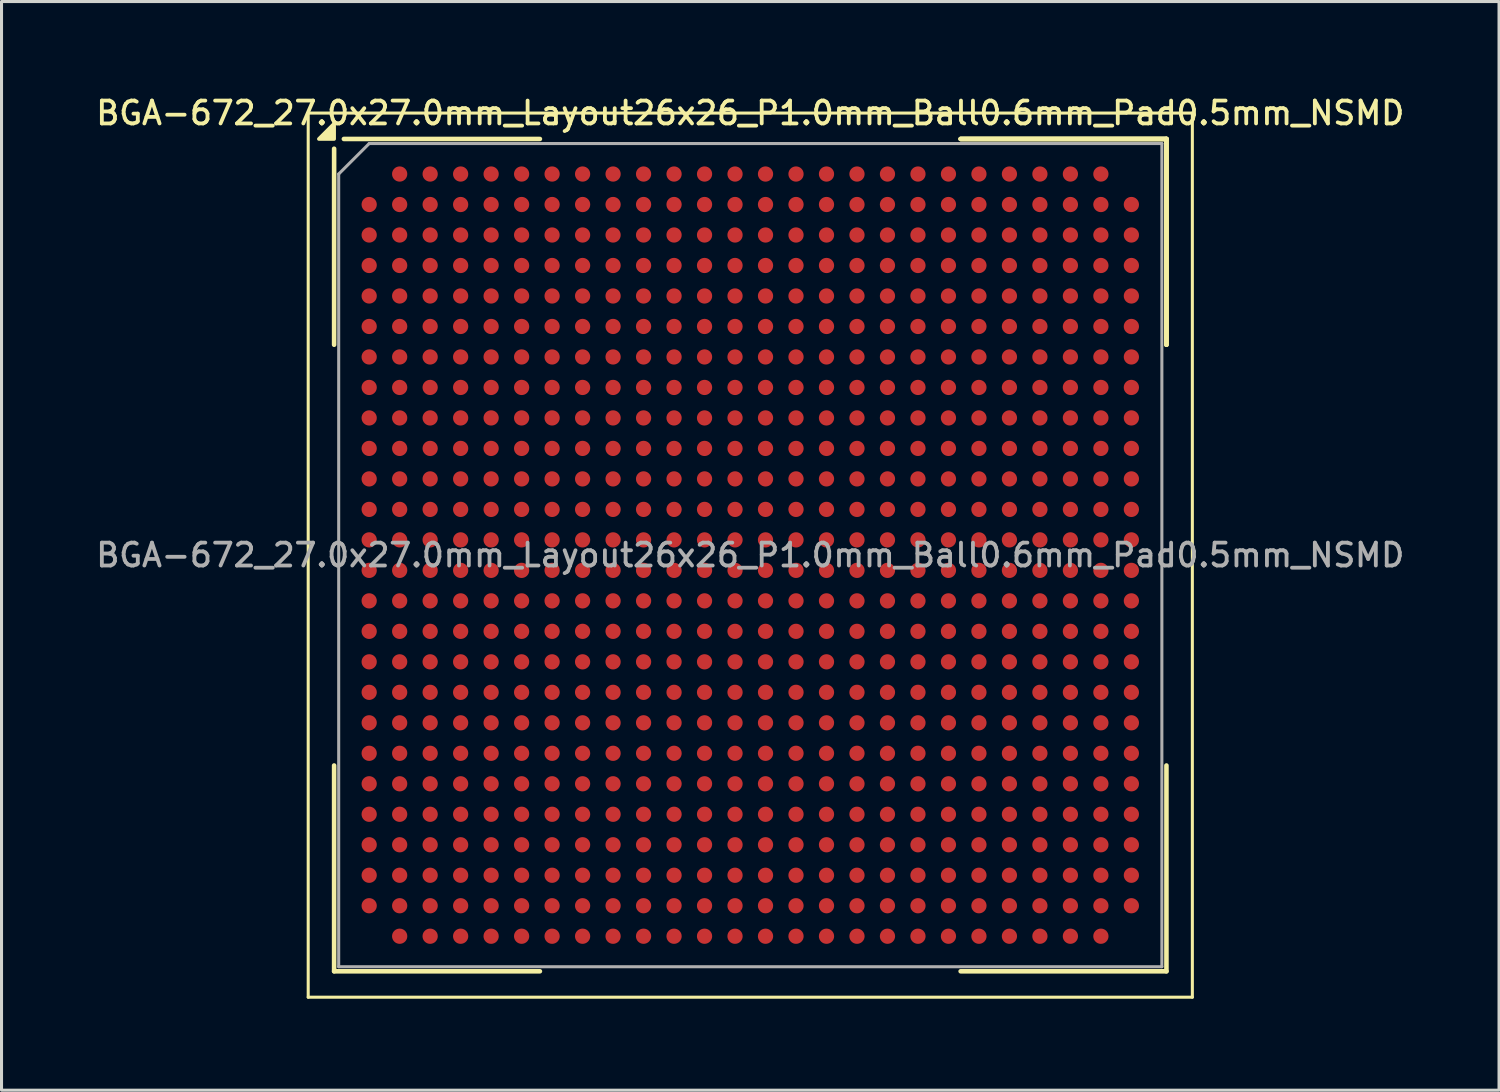
<source format=kicad_pcb>
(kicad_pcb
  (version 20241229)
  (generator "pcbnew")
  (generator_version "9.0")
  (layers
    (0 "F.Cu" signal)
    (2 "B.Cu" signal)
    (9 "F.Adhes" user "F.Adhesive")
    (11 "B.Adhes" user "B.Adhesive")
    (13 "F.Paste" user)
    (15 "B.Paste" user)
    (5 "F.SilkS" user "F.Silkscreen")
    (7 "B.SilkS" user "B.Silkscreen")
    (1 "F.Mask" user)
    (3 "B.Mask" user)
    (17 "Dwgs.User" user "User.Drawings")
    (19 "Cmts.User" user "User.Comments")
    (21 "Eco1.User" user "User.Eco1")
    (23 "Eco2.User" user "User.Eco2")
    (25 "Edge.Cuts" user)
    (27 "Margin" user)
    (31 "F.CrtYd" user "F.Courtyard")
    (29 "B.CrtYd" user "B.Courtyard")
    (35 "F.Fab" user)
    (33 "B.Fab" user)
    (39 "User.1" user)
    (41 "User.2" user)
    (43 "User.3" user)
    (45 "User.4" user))
  (footprint "BGA-672_27.0x27.0mm_Layout26x26_P1.0mm_Ball0.6mm_Pad0.5mm_NSMD"
    (layer "F.Cu")
    (at 21.559 15.158)
    (property "Reference" "BGA-672_27.0x27.0mm_Layout26x26_P1.0mm_Ball0.6mm_Pad0.5mm_NSMD" (at 0 -14.5 0) (layer "F.SilkS") (effects (font (size 0.75 0.75) (thickness 0.125))))
    (attr smd)
    (fp_line (start -14.5 -14.5) (end 14.5 -14.5) (stroke (width 0.1) (type solid)) (layer "F.SilkS"))
    (fp_line (start -14.5 14.5) (end -14.5 -14.5) (stroke (width 0.1) (type solid)) (layer "F.SilkS"))
    (fp_line (start -13.65 -13.33) (end -13.65 -6.9) (stroke (width 0.15) (type solid)) (layer "F.SilkS"))
    (fp_line (start -13.65 13.65) (end -13.65 6.9) (stroke (width 0.15) (type solid)) (layer "F.SilkS"))
    (fp_line (start -6.9 -13.65) (end -13.33 -13.65) (stroke (width 0.15) (type solid)) (layer "F.SilkS"))
    (fp_line (start -6.9 13.65) (end -13.65 13.65) (stroke (width 0.15) (type solid)) (layer "F.SilkS"))
    (fp_line (start 6.9 -13.65) (end 13.65 -13.65) (stroke (width 0.15) (type solid)) (layer "F.SilkS"))
    (fp_line (start 6.9 -13.65) (end 13.65 -13.65) (stroke (width 0.15) (type solid)) (layer "F.SilkS"))
    (fp_line (start 6.9 -13.65) (end 13.65 -13.65) (stroke (width 0.15) (type solid)) (layer "F.SilkS"))
    (fp_line (start 6.9 13.65) (end 13.65 13.65) (stroke (width 0.15) (type solid)) (layer "F.SilkS"))
    (fp_line (start 13.65 -13.65) (end 13.65 -6.9) (stroke (width 0.15) (type solid)) (layer "F.SilkS"))
    (fp_line (start 13.65 -13.65) (end 13.65 -6.9) (stroke (width 0.15) (type solid)) (layer "F.SilkS"))
    (fp_line (start 13.65 -13.65) (end 13.65 -6.9) (stroke (width 0.15) (type solid)) (layer "F.SilkS"))
    (fp_line (start 13.65 13.65) (end 13.65 6.9) (stroke (width 0.15) (type solid)) (layer "F.SilkS"))
    (fp_line (start 14.5 -14.5) (end 14.5 14.5) (stroke (width 0.1) (type solid)) (layer "F.SilkS"))
    (fp_line (start 14.5 14.5) (end -14.5 14.5) (stroke (width 0.1) (type solid)) (layer "F.SilkS"))
    (fp_poly (pts (xy -13.65 -13.65) (xy -14.15 -13.65) (xy -13.65 -14.15) (xy -13.65 -13.65)) (stroke (width 0.12) (type solid)) (fill yes) (layer "F.SilkS"))
    (fp_line (start -13.5 -12.5) (end -13.5 13.5) (stroke (width 0.1) (type solid)) (layer "F.Fab"))
    (fp_line (start -13.5 13.5) (end 13.5 13.5) (stroke (width 0.1) (type solid)) (layer "F.Fab"))
    (fp_line (start -12.5 -13.5) (end -13.5 -12.5) (stroke (width 0.1) (type solid)) (layer "F.Fab"))
    (fp_line (start 13.5 -13.5) (end -12.5 -13.5) (stroke (width 0.1) (type solid)) (layer "F.Fab"))
    (fp_line (start 13.5 13.5) (end 13.5 -13.5) (stroke (width 0.1) (type solid)) (layer "F.Fab"))
    (fp_text user "${REFERENCE}" (at 0 0 0) (layer "F.Fab") (effects (font (size 0.75 0.75) (thickness 0.125))))
    (pad "A2" smd circle (at -11.5 -12.5) (size 0.5 0.5) (property pad_prop_bga) (layers "F.Cu" "F.Mask" "F.Paste"))
    (pad "A3" smd circle (at -10.5 -12.5) (size 0.5 0.5) (property pad_prop_bga) (layers "F.Cu" "F.Mask" "F.Paste"))
    (pad "A4" smd circle (at -9.5 -12.5) (size 0.5 0.5) (property pad_prop_bga) (layers "F.Cu" "F.Mask" "F.Paste"))
    (pad "A5" smd circle (at -8.5 -12.5) (size 0.5 0.5) (property pad_prop_bga) (layers "F.Cu" "F.Mask" "F.Paste"))
    (pad "A6" smd circle (at -7.5 -12.5) (size 0.5 0.5) (property pad_prop_bga) (layers "F.Cu" "F.Mask" "F.Paste"))
    (pad "A7" smd circle (at -6.5 -12.5) (size 0.5 0.5) (property pad_prop_bga) (layers "F.Cu" "F.Mask" "F.Paste"))
    (pad "A8" smd circle (at -5.5 -12.5) (size 0.5 0.5) (property pad_prop_bga) (layers "F.Cu" "F.Mask" "F.Paste"))
    (pad "A9" smd circle (at -4.5 -12.5) (size 0.5 0.5) (property pad_prop_bga) (layers "F.Cu" "F.Mask" "F.Paste"))
    (pad "A10" smd circle (at -3.5 -12.5) (size 0.5 0.5) (property pad_prop_bga) (layers "F.Cu" "F.Mask" "F.Paste"))
    (pad "A11" smd circle (at -2.5 -12.5) (size 0.5 0.5) (property pad_prop_bga) (layers "F.Cu" "F.Mask" "F.Paste"))
    (pad "A12" smd circle (at -1.5 -12.5) (size 0.5 0.5) (property pad_prop_bga) (layers "F.Cu" "F.Mask" "F.Paste"))
    (pad "A13" smd circle (at -0.5 -12.5) (size 0.5 0.5) (property pad_prop_bga) (layers "F.Cu" "F.Mask" "F.Paste"))
    (pad "A14" smd circle (at 0.5 -12.5) (size 0.5 0.5) (property pad_prop_bga) (layers "F.Cu" "F.Mask" "F.Paste"))
    (pad "A15" smd circle (at 1.5 -12.5) (size 0.5 0.5) (property pad_prop_bga) (layers "F.Cu" "F.Mask" "F.Paste"))
    (pad "A16" smd circle (at 2.5 -12.5) (size 0.5 0.5) (property pad_prop_bga) (layers "F.Cu" "F.Mask" "F.Paste"))
    (pad "A17" smd circle (at 3.5 -12.5) (size 0.5 0.5) (property pad_prop_bga) (layers "F.Cu" "F.Mask" "F.Paste"))
    (pad "A18" smd circle (at 4.5 -12.5) (size 0.5 0.5) (property pad_prop_bga) (layers "F.Cu" "F.Mask" "F.Paste"))
    (pad "A19" smd circle (at 5.5 -12.5) (size 0.5 0.5) (property pad_prop_bga) (layers "F.Cu" "F.Mask" "F.Paste"))
    (pad "A20" smd circle (at 6.5 -12.5) (size 0.5 0.5) (property pad_prop_bga) (layers "F.Cu" "F.Mask" "F.Paste"))
    (pad "A21" smd circle (at 7.5 -12.5) (size 0.5 0.5) (property pad_prop_bga) (layers "F.Cu" "F.Mask" "F.Paste"))
    (pad "A22" smd circle (at 8.5 -12.5) (size 0.5 0.5) (property pad_prop_bga) (layers "F.Cu" "F.Mask" "F.Paste"))
    (pad "A23" smd circle (at 9.5 -12.5) (size 0.5 0.5) (property pad_prop_bga) (layers "F.Cu" "F.Mask" "F.Paste"))
    (pad "A24" smd circle (at 10.5 -12.5) (size 0.5 0.5) (property pad_prop_bga) (layers "F.Cu" "F.Mask" "F.Paste"))
    (pad "A25" smd circle (at 11.5 -12.5) (size 0.5 0.5) (property pad_prop_bga) (layers "F.Cu" "F.Mask" "F.Paste"))
    (pad "AA1" smd circle (at -12.5 7.5) (size 0.5 0.5) (property pad_prop_bga) (layers "F.Cu" "F.Mask" "F.Paste"))
    (pad "AA2" smd circle (at -11.5 7.5) (size 0.5 0.5) (property pad_prop_bga) (layers "F.Cu" "F.Mask" "F.Paste"))
    (pad "AA3" smd circle (at -10.5 7.5) (size 0.5 0.5) (property pad_prop_bga) (layers "F.Cu" "F.Mask" "F.Paste"))
    (pad "AA4" smd circle (at -9.5 7.5) (size 0.5 0.5) (property pad_prop_bga) (layers "F.Cu" "F.Mask" "F.Paste"))
    (pad "AA5" smd circle (at -8.5 7.5) (size 0.5 0.5) (property pad_prop_bga) (layers "F.Cu" "F.Mask" "F.Paste"))
    (pad "AA6" smd circle (at -7.5 7.5) (size 0.5 0.5) (property pad_prop_bga) (layers "F.Cu" "F.Mask" "F.Paste"))
    (pad "AA7" smd circle (at -6.5 7.5) (size 0.5 0.5) (property pad_prop_bga) (layers "F.Cu" "F.Mask" "F.Paste"))
    (pad "AA8" smd circle (at -5.5 7.5) (size 0.5 0.5) (property pad_prop_bga) (layers "F.Cu" "F.Mask" "F.Paste"))
    (pad "AA9" smd circle (at -4.5 7.5) (size 0.5 0.5) (property pad_prop_bga) (layers "F.Cu" "F.Mask" "F.Paste"))
    (pad "AA10" smd circle (at -3.5 7.5) (size 0.5 0.5) (property pad_prop_bga) (layers "F.Cu" "F.Mask" "F.Paste"))
    (pad "AA11" smd circle (at -2.5 7.5) (size 0.5 0.5) (property pad_prop_bga) (layers "F.Cu" "F.Mask" "F.Paste"))
    (pad "AA12" smd circle (at -1.5 7.5) (size 0.5 0.5) (property pad_prop_bga) (layers "F.Cu" "F.Mask" "F.Paste"))
    (pad "AA13" smd circle (at -0.5 7.5) (size 0.5 0.5) (property pad_prop_bga) (layers "F.Cu" "F.Mask" "F.Paste"))
    (pad "AA14" smd circle (at 0.5 7.5) (size 0.5 0.5) (property pad_prop_bga) (layers "F.Cu" "F.Mask" "F.Paste"))
    (pad "AA15" smd circle (at 1.5 7.5) (size 0.5 0.5) (property pad_prop_bga) (layers "F.Cu" "F.Mask" "F.Paste"))
    (pad "AA16" smd circle (at 2.5 7.5) (size 0.5 0.5) (property pad_prop_bga) (layers "F.Cu" "F.Mask" "F.Paste"))
    (pad "AA17" smd circle (at 3.5 7.5) (size 0.5 0.5) (property pad_prop_bga) (layers "F.Cu" "F.Mask" "F.Paste"))
    (pad "AA18" smd circle (at 4.5 7.5) (size 0.5 0.5) (property pad_prop_bga) (layers "F.Cu" "F.Mask" "F.Paste"))
    (pad "AA19" smd circle (at 5.5 7.5) (size 0.5 0.5) (property pad_prop_bga) (layers "F.Cu" "F.Mask" "F.Paste"))
    (pad "AA20" smd circle (at 6.5 7.5) (size 0.5 0.5) (property pad_prop_bga) (layers "F.Cu" "F.Mask" "F.Paste"))
    (pad "AA21" smd circle (at 7.5 7.5) (size 0.5 0.5) (property pad_prop_bga) (layers "F.Cu" "F.Mask" "F.Paste"))
    (pad "AA22" smd circle (at 8.5 7.5) (size 0.5 0.5) (property pad_prop_bga) (layers "F.Cu" "F.Mask" "F.Paste"))
    (pad "AA23" smd circle (at 9.5 7.5) (size 0.5 0.5) (property pad_prop_bga) (layers "F.Cu" "F.Mask" "F.Paste"))
    (pad "AA24" smd circle (at 10.5 7.5) (size 0.5 0.5) (property pad_prop_bga) (layers "F.Cu" "F.Mask" "F.Paste"))
    (pad "AA25" smd circle (at 11.5 7.5) (size 0.5 0.5) (property pad_prop_bga) (layers "F.Cu" "F.Mask" "F.Paste"))
    (pad "AA26" smd circle (at 12.5 7.5) (size 0.5 0.5) (property pad_prop_bga) (layers "F.Cu" "F.Mask" "F.Paste"))
    (pad "AB1" smd circle (at -12.5 8.5) (size 0.5 0.5) (property pad_prop_bga) (layers "F.Cu" "F.Mask" "F.Paste"))
    (pad "AB2" smd circle (at -11.5 8.5) (size 0.5 0.5) (property pad_prop_bga) (layers "F.Cu" "F.Mask" "F.Paste"))
    (pad "AB3" smd circle (at -10.5 8.5) (size 0.5 0.5) (property pad_prop_bga) (layers "F.Cu" "F.Mask" "F.Paste"))
    (pad "AB4" smd circle (at -9.5 8.5) (size 0.5 0.5) (property pad_prop_bga) (layers "F.Cu" "F.Mask" "F.Paste"))
    (pad "AB5" smd circle (at -8.5 8.5) (size 0.5 0.5) (property pad_prop_bga) (layers "F.Cu" "F.Mask" "F.Paste"))
    (pad "AB6" smd circle (at -7.5 8.5) (size 0.5 0.5) (property pad_prop_bga) (layers "F.Cu" "F.Mask" "F.Paste"))
    (pad "AB7" smd circle (at -6.5 8.5) (size 0.5 0.5) (property pad_prop_bga) (layers "F.Cu" "F.Mask" "F.Paste"))
    (pad "AB8" smd circle (at -5.5 8.5) (size 0.5 0.5) (property pad_prop_bga) (layers "F.Cu" "F.Mask" "F.Paste"))
    (pad "AB9" smd circle (at -4.5 8.5) (size 0.5 0.5) (property pad_prop_bga) (layers "F.Cu" "F.Mask" "F.Paste"))
    (pad "AB10" smd circle (at -3.5 8.5) (size 0.5 0.5) (property pad_prop_bga) (layers "F.Cu" "F.Mask" "F.Paste"))
    (pad "AB11" smd circle (at -2.5 8.5) (size 0.5 0.5) (property pad_prop_bga) (layers "F.Cu" "F.Mask" "F.Paste"))
    (pad "AB12" smd circle (at -1.5 8.5) (size 0.5 0.5) (property pad_prop_bga) (layers "F.Cu" "F.Mask" "F.Paste"))
    (pad "AB13" smd circle (at -0.5 8.5) (size 0.5 0.5) (property pad_prop_bga) (layers "F.Cu" "F.Mask" "F.Paste"))
    (pad "AB14" smd circle (at 0.5 8.5) (size 0.5 0.5) (property pad_prop_bga) (layers "F.Cu" "F.Mask" "F.Paste"))
    (pad "AB15" smd circle (at 1.5 8.5) (size 0.5 0.5) (property pad_prop_bga) (layers "F.Cu" "F.Mask" "F.Paste"))
    (pad "AB16" smd circle (at 2.5 8.5) (size 0.5 0.5) (property pad_prop_bga) (layers "F.Cu" "F.Mask" "F.Paste"))
    (pad "AB17" smd circle (at 3.5 8.5) (size 0.5 0.5) (property pad_prop_bga) (layers "F.Cu" "F.Mask" "F.Paste"))
    (pad "AB18" smd circle (at 4.5 8.5) (size 0.5 0.5) (property pad_prop_bga) (layers "F.Cu" "F.Mask" "F.Paste"))
    (pad "AB19" smd circle (at 5.5 8.5) (size 0.5 0.5) (property pad_prop_bga) (layers "F.Cu" "F.Mask" "F.Paste"))
    (pad "AB20" smd circle (at 6.5 8.5) (size 0.5 0.5) (property pad_prop_bga) (layers "F.Cu" "F.Mask" "F.Paste"))
    (pad "AB21" smd circle (at 7.5 8.5) (size 0.5 0.5) (property pad_prop_bga) (layers "F.Cu" "F.Mask" "F.Paste"))
    (pad "AB22" smd circle (at 8.5 8.5) (size 0.5 0.5) (property pad_prop_bga) (layers "F.Cu" "F.Mask" "F.Paste"))
    (pad "AB23" smd circle (at 9.5 8.5) (size 0.5 0.5) (property pad_prop_bga) (layers "F.Cu" "F.Mask" "F.Paste"))
    (pad "AB24" smd circle (at 10.5 8.5) (size 0.5 0.5) (property pad_prop_bga) (layers "F.Cu" "F.Mask" "F.Paste"))
    (pad "AB25" smd circle (at 11.5 8.5) (size 0.5 0.5) (property pad_prop_bga) (layers "F.Cu" "F.Mask" "F.Paste"))
    (pad "AB26" smd circle (at 12.5 8.5) (size 0.5 0.5) (property pad_prop_bga) (layers "F.Cu" "F.Mask" "F.Paste"))
    (pad "AC1" smd circle (at -12.5 9.5) (size 0.5 0.5) (property pad_prop_bga) (layers "F.Cu" "F.Mask" "F.Paste"))
    (pad "AC2" smd circle (at -11.5 9.5) (size 0.5 0.5) (property pad_prop_bga) (layers "F.Cu" "F.Mask" "F.Paste"))
    (pad "AC3" smd circle (at -10.5 9.5) (size 0.5 0.5) (property pad_prop_bga) (layers "F.Cu" "F.Mask" "F.Paste"))
    (pad "AC4" smd circle (at -9.5 9.5) (size 0.5 0.5) (property pad_prop_bga) (layers "F.Cu" "F.Mask" "F.Paste"))
    (pad "AC5" smd circle (at -8.5 9.5) (size 0.5 0.5) (property pad_prop_bga) (layers "F.Cu" "F.Mask" "F.Paste"))
    (pad "AC6" smd circle (at -7.5 9.5) (size 0.5 0.5) (property pad_prop_bga) (layers "F.Cu" "F.Mask" "F.Paste"))
    (pad "AC7" smd circle (at -6.5 9.5) (size 0.5 0.5) (property pad_prop_bga) (layers "F.Cu" "F.Mask" "F.Paste"))
    (pad "AC8" smd circle (at -5.5 9.5) (size 0.5 0.5) (property pad_prop_bga) (layers "F.Cu" "F.Mask" "F.Paste"))
    (pad "AC9" smd circle (at -4.5 9.5) (size 0.5 0.5) (property pad_prop_bga) (layers "F.Cu" "F.Mask" "F.Paste"))
    (pad "AC10" smd circle (at -3.5 9.5) (size 0.5 0.5) (property pad_prop_bga) (layers "F.Cu" "F.Mask" "F.Paste"))
    (pad "AC11" smd circle (at -2.5 9.5) (size 0.5 0.5) (property pad_prop_bga) (layers "F.Cu" "F.Mask" "F.Paste"))
    (pad "AC12" smd circle (at -1.5 9.5) (size 0.5 0.5) (property pad_prop_bga) (layers "F.Cu" "F.Mask" "F.Paste"))
    (pad "AC13" smd circle (at -0.5 9.5) (size 0.5 0.5) (property pad_prop_bga) (layers "F.Cu" "F.Mask" "F.Paste"))
    (pad "AC14" smd circle (at 0.5 9.5) (size 0.5 0.5) (property pad_prop_bga) (layers "F.Cu" "F.Mask" "F.Paste"))
    (pad "AC15" smd circle (at 1.5 9.5) (size 0.5 0.5) (property pad_prop_bga) (layers "F.Cu" "F.Mask" "F.Paste"))
    (pad "AC16" smd circle (at 2.5 9.5) (size 0.5 0.5) (property pad_prop_bga) (layers "F.Cu" "F.Mask" "F.Paste"))
    (pad "AC17" smd circle (at 3.5 9.5) (size 0.5 0.5) (property pad_prop_bga) (layers "F.Cu" "F.Mask" "F.Paste"))
    (pad "AC18" smd circle (at 4.5 9.5) (size 0.5 0.5) (property pad_prop_bga) (layers "F.Cu" "F.Mask" "F.Paste"))
    (pad "AC19" smd circle (at 5.5 9.5) (size 0.5 0.5) (property pad_prop_bga) (layers "F.Cu" "F.Mask" "F.Paste"))
    (pad "AC20" smd circle (at 6.5 9.5) (size 0.5 0.5) (property pad_prop_bga) (layers "F.Cu" "F.Mask" "F.Paste"))
    (pad "AC21" smd circle (at 7.5 9.5) (size 0.5 0.5) (property pad_prop_bga) (layers "F.Cu" "F.Mask" "F.Paste"))
    (pad "AC22" smd circle (at 8.5 9.5) (size 0.5 0.5) (property pad_prop_bga) (layers "F.Cu" "F.Mask" "F.Paste"))
    (pad "AC23" smd circle (at 9.5 9.5) (size 0.5 0.5) (property pad_prop_bga) (layers "F.Cu" "F.Mask" "F.Paste"))
    (pad "AC24" smd circle (at 10.5 9.5) (size 0.5 0.5) (property pad_prop_bga) (layers "F.Cu" "F.Mask" "F.Paste"))
    (pad "AC25" smd circle (at 11.5 9.5) (size 0.5 0.5) (property pad_prop_bga) (layers "F.Cu" "F.Mask" "F.Paste"))
    (pad "AC26" smd circle (at 12.5 9.5) (size 0.5 0.5) (property pad_prop_bga) (layers "F.Cu" "F.Mask" "F.Paste"))
    (pad "AD1" smd circle (at -12.5 10.5) (size 0.5 0.5) (property pad_prop_bga) (layers "F.Cu" "F.Mask" "F.Paste"))
    (pad "AD2" smd circle (at -11.5 10.5) (size 0.5 0.5) (property pad_prop_bga) (layers "F.Cu" "F.Mask" "F.Paste"))
    (pad "AD3" smd circle (at -10.5 10.5) (size 0.5 0.5) (property pad_prop_bga) (layers "F.Cu" "F.Mask" "F.Paste"))
    (pad "AD4" smd circle (at -9.5 10.5) (size 0.5 0.5) (property pad_prop_bga) (layers "F.Cu" "F.Mask" "F.Paste"))
    (pad "AD5" smd circle (at -8.5 10.5) (size 0.5 0.5) (property pad_prop_bga) (layers "F.Cu" "F.Mask" "F.Paste"))
    (pad "AD6" smd circle (at -7.5 10.5) (size 0.5 0.5) (property pad_prop_bga) (layers "F.Cu" "F.Mask" "F.Paste"))
    (pad "AD7" smd circle (at -6.5 10.5) (size 0.5 0.5) (property pad_prop_bga) (layers "F.Cu" "F.Mask" "F.Paste"))
    (pad "AD8" smd circle (at -5.5 10.5) (size 0.5 0.5) (property pad_prop_bga) (layers "F.Cu" "F.Mask" "F.Paste"))
    (pad "AD9" smd circle (at -4.5 10.5) (size 0.5 0.5) (property pad_prop_bga) (layers "F.Cu" "F.Mask" "F.Paste"))
    (pad "AD10" smd circle (at -3.5 10.5) (size 0.5 0.5) (property pad_prop_bga) (layers "F.Cu" "F.Mask" "F.Paste"))
    (pad "AD11" smd circle (at -2.5 10.5) (size 0.5 0.5) (property pad_prop_bga) (layers "F.Cu" "F.Mask" "F.Paste"))
    (pad "AD12" smd circle (at -1.5 10.5) (size 0.5 0.5) (property pad_prop_bga) (layers "F.Cu" "F.Mask" "F.Paste"))
    (pad "AD13" smd circle (at -0.5 10.5) (size 0.5 0.5) (property pad_prop_bga) (layers "F.Cu" "F.Mask" "F.Paste"))
    (pad "AD14" smd circle (at 0.5 10.5) (size 0.5 0.5) (property pad_prop_bga) (layers "F.Cu" "F.Mask" "F.Paste"))
    (pad "AD15" smd circle (at 1.5 10.5) (size 0.5 0.5) (property pad_prop_bga) (layers "F.Cu" "F.Mask" "F.Paste"))
    (pad "AD16" smd circle (at 2.5 10.5) (size 0.5 0.5) (property pad_prop_bga) (layers "F.Cu" "F.Mask" "F.Paste"))
    (pad "AD17" smd circle (at 3.5 10.5) (size 0.5 0.5) (property pad_prop_bga) (layers "F.Cu" "F.Mask" "F.Paste"))
    (pad "AD18" smd circle (at 4.5 10.5) (size 0.5 0.5) (property pad_prop_bga) (layers "F.Cu" "F.Mask" "F.Paste"))
    (pad "AD19" smd circle (at 5.5 10.5) (size 0.5 0.5) (property pad_prop_bga) (layers "F.Cu" "F.Mask" "F.Paste"))
    (pad "AD20" smd circle (at 6.5 10.5) (size 0.5 0.5) (property pad_prop_bga) (layers "F.Cu" "F.Mask" "F.Paste"))
    (pad "AD21" smd circle (at 7.5 10.5) (size 0.5 0.5) (property pad_prop_bga) (layers "F.Cu" "F.Mask" "F.Paste"))
    (pad "AD22" smd circle (at 8.5 10.5) (size 0.5 0.5) (property pad_prop_bga) (layers "F.Cu" "F.Mask" "F.Paste"))
    (pad "AD23" smd circle (at 9.5 10.5) (size 0.5 0.5) (property pad_prop_bga) (layers "F.Cu" "F.Mask" "F.Paste"))
    (pad "AD24" smd circle (at 10.5 10.5) (size 0.5 0.5) (property pad_prop_bga) (layers "F.Cu" "F.Mask" "F.Paste"))
    (pad "AD25" smd circle (at 11.5 10.5) (size 0.5 0.5) (property pad_prop_bga) (layers "F.Cu" "F.Mask" "F.Paste"))
    (pad "AD26" smd circle (at 12.5 10.5) (size 0.5 0.5) (property pad_prop_bga) (layers "F.Cu" "F.Mask" "F.Paste"))
    (pad "AE1" smd circle (at -12.5 11.5) (size 0.5 0.5) (property pad_prop_bga) (layers "F.Cu" "F.Mask" "F.Paste"))
    (pad "AE2" smd circle (at -11.5 11.5) (size 0.5 0.5) (property pad_prop_bga) (layers "F.Cu" "F.Mask" "F.Paste"))
    (pad "AE3" smd circle (at -10.5 11.5) (size 0.5 0.5) (property pad_prop_bga) (layers "F.Cu" "F.Mask" "F.Paste"))
    (pad "AE4" smd circle (at -9.5 11.5) (size 0.5 0.5) (property pad_prop_bga) (layers "F.Cu" "F.Mask" "F.Paste"))
    (pad "AE5" smd circle (at -8.5 11.5) (size 0.5 0.5) (property pad_prop_bga) (layers "F.Cu" "F.Mask" "F.Paste"))
    (pad "AE6" smd circle (at -7.5 11.5) (size 0.5 0.5) (property pad_prop_bga) (layers "F.Cu" "F.Mask" "F.Paste"))
    (pad "AE7" smd circle (at -6.5 11.5) (size 0.5 0.5) (property pad_prop_bga) (layers "F.Cu" "F.Mask" "F.Paste"))
    (pad "AE8" smd circle (at -5.5 11.5) (size 0.5 0.5) (property pad_prop_bga) (layers "F.Cu" "F.Mask" "F.Paste"))
    (pad "AE9" smd circle (at -4.5 11.5) (size 0.5 0.5) (property pad_prop_bga) (layers "F.Cu" "F.Mask" "F.Paste"))
    (pad "AE10" smd circle (at -3.5 11.5) (size 0.5 0.5) (property pad_prop_bga) (layers "F.Cu" "F.Mask" "F.Paste"))
    (pad "AE11" smd circle (at -2.5 11.5) (size 0.5 0.5) (property pad_prop_bga) (layers "F.Cu" "F.Mask" "F.Paste"))
    (pad "AE12" smd circle (at -1.5 11.5) (size 0.5 0.5) (property pad_prop_bga) (layers "F.Cu" "F.Mask" "F.Paste"))
    (pad "AE13" smd circle (at -0.5 11.5) (size 0.5 0.5) (property pad_prop_bga) (layers "F.Cu" "F.Mask" "F.Paste"))
    (pad "AE14" smd circle (at 0.5 11.5) (size 0.5 0.5) (property pad_prop_bga) (layers "F.Cu" "F.Mask" "F.Paste"))
    (pad "AE15" smd circle (at 1.5 11.5) (size 0.5 0.5) (property pad_prop_bga) (layers "F.Cu" "F.Mask" "F.Paste"))
    (pad "AE16" smd circle (at 2.5 11.5) (size 0.5 0.5) (property pad_prop_bga) (layers "F.Cu" "F.Mask" "F.Paste"))
    (pad "AE17" smd circle (at 3.5 11.5) (size 0.5 0.5) (property pad_prop_bga) (layers "F.Cu" "F.Mask" "F.Paste"))
    (pad "AE18" smd circle (at 4.5 11.5) (size 0.5 0.5) (property pad_prop_bga) (layers "F.Cu" "F.Mask" "F.Paste"))
    (pad "AE19" smd circle (at 5.5 11.5) (size 0.5 0.5) (property pad_prop_bga) (layers "F.Cu" "F.Mask" "F.Paste"))
    (pad "AE20" smd circle (at 6.5 11.5) (size 0.5 0.5) (property pad_prop_bga) (layers "F.Cu" "F.Mask" "F.Paste"))
    (pad "AE21" smd circle (at 7.5 11.5) (size 0.5 0.5) (property pad_prop_bga) (layers "F.Cu" "F.Mask" "F.Paste"))
    (pad "AE22" smd circle (at 8.5 11.5) (size 0.5 0.5) (property pad_prop_bga) (layers "F.Cu" "F.Mask" "F.Paste"))
    (pad "AE23" smd circle (at 9.5 11.5) (size 0.5 0.5) (property pad_prop_bga) (layers "F.Cu" "F.Mask" "F.Paste"))
    (pad "AE24" smd circle (at 10.5 11.5) (size 0.5 0.5) (property pad_prop_bga) (layers "F.Cu" "F.Mask" "F.Paste"))
    (pad "AE25" smd circle (at 11.5 11.5) (size 0.5 0.5) (property pad_prop_bga) (layers "F.Cu" "F.Mask" "F.Paste"))
    (pad "AE26" smd circle (at 12.5 11.5) (size 0.5 0.5) (property pad_prop_bga) (layers "F.Cu" "F.Mask" "F.Paste"))
    (pad "AF2" smd circle (at -11.5 12.5) (size 0.5 0.5) (property pad_prop_bga) (layers "F.Cu" "F.Mask" "F.Paste"))
    (pad "AF3" smd circle (at -10.5 12.5) (size 0.5 0.5) (property pad_prop_bga) (layers "F.Cu" "F.Mask" "F.Paste"))
    (pad "AF4" smd circle (at -9.5 12.5) (size 0.5 0.5) (property pad_prop_bga) (layers "F.Cu" "F.Mask" "F.Paste"))
    (pad "AF5" smd circle (at -8.5 12.5) (size 0.5 0.5) (property pad_prop_bga) (layers "F.Cu" "F.Mask" "F.Paste"))
    (pad "AF6" smd circle (at -7.5 12.5) (size 0.5 0.5) (property pad_prop_bga) (layers "F.Cu" "F.Mask" "F.Paste"))
    (pad "AF7" smd circle (at -6.5 12.5) (size 0.5 0.5) (property pad_prop_bga) (layers "F.Cu" "F.Mask" "F.Paste"))
    (pad "AF8" smd circle (at -5.5 12.5) (size 0.5 0.5) (property pad_prop_bga) (layers "F.Cu" "F.Mask" "F.Paste"))
    (pad "AF9" smd circle (at -4.5 12.5) (size 0.5 0.5) (property pad_prop_bga) (layers "F.Cu" "F.Mask" "F.Paste"))
    (pad "AF10" smd circle (at -3.5 12.5) (size 0.5 0.5) (property pad_prop_bga) (layers "F.Cu" "F.Mask" "F.Paste"))
    (pad "AF11" smd circle (at -2.5 12.5) (size 0.5 0.5) (property pad_prop_bga) (layers "F.Cu" "F.Mask" "F.Paste"))
    (pad "AF12" smd circle (at -1.5 12.5) (size 0.5 0.5) (property pad_prop_bga) (layers "F.Cu" "F.Mask" "F.Paste"))
    (pad "AF13" smd circle (at -0.5 12.5) (size 0.5 0.5) (property pad_prop_bga) (layers "F.Cu" "F.Mask" "F.Paste"))
    (pad "AF14" smd circle (at 0.5 12.5) (size 0.5 0.5) (property pad_prop_bga) (layers "F.Cu" "F.Mask" "F.Paste"))
    (pad "AF15" smd circle (at 1.5 12.5) (size 0.5 0.5) (property pad_prop_bga) (layers "F.Cu" "F.Mask" "F.Paste"))
    (pad "AF16" smd circle (at 2.5 12.5) (size 0.5 0.5) (property pad_prop_bga) (layers "F.Cu" "F.Mask" "F.Paste"))
    (pad "AF17" smd circle (at 3.5 12.5) (size 0.5 0.5) (property pad_prop_bga) (layers "F.Cu" "F.Mask" "F.Paste"))
    (pad "AF18" smd circle (at 4.5 12.5) (size 0.5 0.5) (property pad_prop_bga) (layers "F.Cu" "F.Mask" "F.Paste"))
    (pad "AF19" smd circle (at 5.5 12.5) (size 0.5 0.5) (property pad_prop_bga) (layers "F.Cu" "F.Mask" "F.Paste"))
    (pad "AF20" smd circle (at 6.5 12.5) (size 0.5 0.5) (property pad_prop_bga) (layers "F.Cu" "F.Mask" "F.Paste"))
    (pad "AF21" smd circle (at 7.5 12.5) (size 0.5 0.5) (property pad_prop_bga) (layers "F.Cu" "F.Mask" "F.Paste"))
    (pad "AF22" smd circle (at 8.5 12.5) (size 0.5 0.5) (property pad_prop_bga) (layers "F.Cu" "F.Mask" "F.Paste"))
    (pad "AF23" smd circle (at 9.5 12.5) (size 0.5 0.5) (property pad_prop_bga) (layers "F.Cu" "F.Mask" "F.Paste"))
    (pad "AF24" smd circle (at 10.5 12.5) (size 0.5 0.5) (property pad_prop_bga) (layers "F.Cu" "F.Mask" "F.Paste"))
    (pad "AF25" smd circle (at 11.5 12.5) (size 0.5 0.5) (property pad_prop_bga) (layers "F.Cu" "F.Mask" "F.Paste"))
    (pad "B1" smd circle (at -12.5 -11.5) (size 0.5 0.5) (property pad_prop_bga) (layers "F.Cu" "F.Mask" "F.Paste"))
    (pad "B2" smd circle (at -11.5 -11.5) (size 0.5 0.5) (property pad_prop_bga) (layers "F.Cu" "F.Mask" "F.Paste"))
    (pad "B3" smd circle (at -10.5 -11.5) (size 0.5 0.5) (property pad_prop_bga) (layers "F.Cu" "F.Mask" "F.Paste"))
    (pad "B4" smd circle (at -9.5 -11.5) (size 0.5 0.5) (property pad_prop_bga) (layers "F.Cu" "F.Mask" "F.Paste"))
    (pad "B5" smd circle (at -8.5 -11.5) (size 0.5 0.5) (property pad_prop_bga) (layers "F.Cu" "F.Mask" "F.Paste"))
    (pad "B6" smd circle (at -7.5 -11.5) (size 0.5 0.5) (property pad_prop_bga) (layers "F.Cu" "F.Mask" "F.Paste"))
    (pad "B7" smd circle (at -6.5 -11.5) (size 0.5 0.5) (property pad_prop_bga) (layers "F.Cu" "F.Mask" "F.Paste"))
    (pad "B8" smd circle (at -5.5 -11.5) (size 0.5 0.5) (property pad_prop_bga) (layers "F.Cu" "F.Mask" "F.Paste"))
    (pad "B9" smd circle (at -4.5 -11.5) (size 0.5 0.5) (property pad_prop_bga) (layers "F.Cu" "F.Mask" "F.Paste"))
    (pad "B10" smd circle (at -3.5 -11.5) (size 0.5 0.5) (property pad_prop_bga) (layers "F.Cu" "F.Mask" "F.Paste"))
    (pad "B11" smd circle (at -2.5 -11.5) (size 0.5 0.5) (property pad_prop_bga) (layers "F.Cu" "F.Mask" "F.Paste"))
    (pad "B12" smd circle (at -1.5 -11.5) (size 0.5 0.5) (property pad_prop_bga) (layers "F.Cu" "F.Mask" "F.Paste"))
    (pad "B13" smd circle (at -0.5 -11.5) (size 0.5 0.5) (property pad_prop_bga) (layers "F.Cu" "F.Mask" "F.Paste"))
    (pad "B14" smd circle (at 0.5 -11.5) (size 0.5 0.5) (property pad_prop_bga) (layers "F.Cu" "F.Mask" "F.Paste"))
    (pad "B15" smd circle (at 1.5 -11.5) (size 0.5 0.5) (property pad_prop_bga) (layers "F.Cu" "F.Mask" "F.Paste"))
    (pad "B16" smd circle (at 2.5 -11.5) (size 0.5 0.5) (property pad_prop_bga) (layers "F.Cu" "F.Mask" "F.Paste"))
    (pad "B17" smd circle (at 3.5 -11.5) (size 0.5 0.5) (property pad_prop_bga) (layers "F.Cu" "F.Mask" "F.Paste"))
    (pad "B18" smd circle (at 4.5 -11.5) (size 0.5 0.5) (property pad_prop_bga) (layers "F.Cu" "F.Mask" "F.Paste"))
    (pad "B19" smd circle (at 5.5 -11.5) (size 0.5 0.5) (property pad_prop_bga) (layers "F.Cu" "F.Mask" "F.Paste"))
    (pad "B20" smd circle (at 6.5 -11.5) (size 0.5 0.5) (property pad_prop_bga) (layers "F.Cu" "F.Mask" "F.Paste"))
    (pad "B21" smd circle (at 7.5 -11.5) (size 0.5 0.5) (property pad_prop_bga) (layers "F.Cu" "F.Mask" "F.Paste"))
    (pad "B22" smd circle (at 8.5 -11.5) (size 0.5 0.5) (property pad_prop_bga) (layers "F.Cu" "F.Mask" "F.Paste"))
    (pad "B23" smd circle (at 9.5 -11.5) (size 0.5 0.5) (property pad_prop_bga) (layers "F.Cu" "F.Mask" "F.Paste"))
    (pad "B24" smd circle (at 10.5 -11.5) (size 0.5 0.5) (property pad_prop_bga) (layers "F.Cu" "F.Mask" "F.Paste"))
    (pad "B25" smd circle (at 11.5 -11.5) (size 0.5 0.5) (property pad_prop_bga) (layers "F.Cu" "F.Mask" "F.Paste"))
    (pad "B26" smd circle (at 12.5 -11.5) (size 0.5 0.5) (property pad_prop_bga) (layers "F.Cu" "F.Mask" "F.Paste"))
    (pad "C1" smd circle (at -12.5 -10.5) (size 0.5 0.5) (property pad_prop_bga) (layers "F.Cu" "F.Mask" "F.Paste"))
    (pad "C2" smd circle (at -11.5 -10.5) (size 0.5 0.5) (property pad_prop_bga) (layers "F.Cu" "F.Mask" "F.Paste"))
    (pad "C3" smd circle (at -10.5 -10.5) (size 0.5 0.5) (property pad_prop_bga) (layers "F.Cu" "F.Mask" "F.Paste"))
    (pad "C4" smd circle (at -9.5 -10.5) (size 0.5 0.5) (property pad_prop_bga) (layers "F.Cu" "F.Mask" "F.Paste"))
    (pad "C5" smd circle (at -8.5 -10.5) (size 0.5 0.5) (property pad_prop_bga) (layers "F.Cu" "F.Mask" "F.Paste"))
    (pad "C6" smd circle (at -7.5 -10.5) (size 0.5 0.5) (property pad_prop_bga) (layers "F.Cu" "F.Mask" "F.Paste"))
    (pad "C7" smd circle (at -6.5 -10.5) (size 0.5 0.5) (property pad_prop_bga) (layers "F.Cu" "F.Mask" "F.Paste"))
    (pad "C8" smd circle (at -5.5 -10.5) (size 0.5 0.5) (property pad_prop_bga) (layers "F.Cu" "F.Mask" "F.Paste"))
    (pad "C9" smd circle (at -4.5 -10.5) (size 0.5 0.5) (property pad_prop_bga) (layers "F.Cu" "F.Mask" "F.Paste"))
    (pad "C10" smd circle (at -3.5 -10.5) (size 0.5 0.5) (property pad_prop_bga) (layers "F.Cu" "F.Mask" "F.Paste"))
    (pad "C11" smd circle (at -2.5 -10.5) (size 0.5 0.5) (property pad_prop_bga) (layers "F.Cu" "F.Mask" "F.Paste"))
    (pad "C12" smd circle (at -1.5 -10.5) (size 0.5 0.5) (property pad_prop_bga) (layers "F.Cu" "F.Mask" "F.Paste"))
    (pad "C13" smd circle (at -0.5 -10.5) (size 0.5 0.5) (property pad_prop_bga) (layers "F.Cu" "F.Mask" "F.Paste"))
    (pad "C14" smd circle (at 0.5 -10.5) (size 0.5 0.5) (property pad_prop_bga) (layers "F.Cu" "F.Mask" "F.Paste"))
    (pad "C15" smd circle (at 1.5 -10.5) (size 0.5 0.5) (property pad_prop_bga) (layers "F.Cu" "F.Mask" "F.Paste"))
    (pad "C16" smd circle (at 2.5 -10.5) (size 0.5 0.5) (property pad_prop_bga) (layers "F.Cu" "F.Mask" "F.Paste"))
    (pad "C17" smd circle (at 3.5 -10.5) (size 0.5 0.5) (property pad_prop_bga) (layers "F.Cu" "F.Mask" "F.Paste"))
    (pad "C18" smd circle (at 4.5 -10.5) (size 0.5 0.5) (property pad_prop_bga) (layers "F.Cu" "F.Mask" "F.Paste"))
    (pad "C19" smd circle (at 5.5 -10.5) (size 0.5 0.5) (property pad_prop_bga) (layers "F.Cu" "F.Mask" "F.Paste"))
    (pad "C20" smd circle (at 6.5 -10.5) (size 0.5 0.5) (property pad_prop_bga) (layers "F.Cu" "F.Mask" "F.Paste"))
    (pad "C21" smd circle (at 7.5 -10.5) (size 0.5 0.5) (property pad_prop_bga) (layers "F.Cu" "F.Mask" "F.Paste"))
    (pad "C22" smd circle (at 8.5 -10.5) (size 0.5 0.5) (property pad_prop_bga) (layers "F.Cu" "F.Mask" "F.Paste"))
    (pad "C23" smd circle (at 9.5 -10.5) (size 0.5 0.5) (property pad_prop_bga) (layers "F.Cu" "F.Mask" "F.Paste"))
    (pad "C24" smd circle (at 10.5 -10.5) (size 0.5 0.5) (property pad_prop_bga) (layers "F.Cu" "F.Mask" "F.Paste"))
    (pad "C25" smd circle (at 11.5 -10.5) (size 0.5 0.5) (property pad_prop_bga) (layers "F.Cu" "F.Mask" "F.Paste"))
    (pad "C26" smd circle (at 12.5 -10.5) (size 0.5 0.5) (property pad_prop_bga) (layers "F.Cu" "F.Mask" "F.Paste"))
    (pad "D1" smd circle (at -12.5 -9.5) (size 0.5 0.5) (property pad_prop_bga) (layers "F.Cu" "F.Mask" "F.Paste"))
    (pad "D2" smd circle (at -11.5 -9.5) (size 0.5 0.5) (property pad_prop_bga) (layers "F.Cu" "F.Mask" "F.Paste"))
    (pad "D3" smd circle (at -10.5 -9.5) (size 0.5 0.5) (property pad_prop_bga) (layers "F.Cu" "F.Mask" "F.Paste"))
    (pad "D4" smd circle (at -9.5 -9.5) (size 0.5 0.5) (property pad_prop_bga) (layers "F.Cu" "F.Mask" "F.Paste"))
    (pad "D5" smd circle (at -8.5 -9.5) (size 0.5 0.5) (property pad_prop_bga) (layers "F.Cu" "F.Mask" "F.Paste"))
    (pad "D6" smd circle (at -7.5 -9.5) (size 0.5 0.5) (property pad_prop_bga) (layers "F.Cu" "F.Mask" "F.Paste"))
    (pad "D7" smd circle (at -6.5 -9.5) (size 0.5 0.5) (property pad_prop_bga) (layers "F.Cu" "F.Mask" "F.Paste"))
    (pad "D8" smd circle (at -5.5 -9.5) (size 0.5 0.5) (property pad_prop_bga) (layers "F.Cu" "F.Mask" "F.Paste"))
    (pad "D9" smd circle (at -4.5 -9.5) (size 0.5 0.5) (property pad_prop_bga) (layers "F.Cu" "F.Mask" "F.Paste"))
    (pad "D10" smd circle (at -3.5 -9.5) (size 0.5 0.5) (property pad_prop_bga) (layers "F.Cu" "F.Mask" "F.Paste"))
    (pad "D11" smd circle (at -2.5 -9.5) (size 0.5 0.5) (property pad_prop_bga) (layers "F.Cu" "F.Mask" "F.Paste"))
    (pad "D12" smd circle (at -1.5 -9.5) (size 0.5 0.5) (property pad_prop_bga) (layers "F.Cu" "F.Mask" "F.Paste"))
    (pad "D13" smd circle (at -0.5 -9.5) (size 0.5 0.5) (property pad_prop_bga) (layers "F.Cu" "F.Mask" "F.Paste"))
    (pad "D14" smd circle (at 0.5 -9.5) (size 0.5 0.5) (property pad_prop_bga) (layers "F.Cu" "F.Mask" "F.Paste"))
    (pad "D15" smd circle (at 1.5 -9.5) (size 0.5 0.5) (property pad_prop_bga) (layers "F.Cu" "F.Mask" "F.Paste"))
    (pad "D16" smd circle (at 2.5 -9.5) (size 0.5 0.5) (property pad_prop_bga) (layers "F.Cu" "F.Mask" "F.Paste"))
    (pad "D17" smd circle (at 3.5 -9.5) (size 0.5 0.5) (property pad_prop_bga) (layers "F.Cu" "F.Mask" "F.Paste"))
    (pad "D18" smd circle (at 4.5 -9.5) (size 0.5 0.5) (property pad_prop_bga) (layers "F.Cu" "F.Mask" "F.Paste"))
    (pad "D19" smd circle (at 5.5 -9.5) (size 0.5 0.5) (property pad_prop_bga) (layers "F.Cu" "F.Mask" "F.Paste"))
    (pad "D20" smd circle (at 6.5 -9.5) (size 0.5 0.5) (property pad_prop_bga) (layers "F.Cu" "F.Mask" "F.Paste"))
    (pad "D21" smd circle (at 7.5 -9.5) (size 0.5 0.5) (property pad_prop_bga) (layers "F.Cu" "F.Mask" "F.Paste"))
    (pad "D22" smd circle (at 8.5 -9.5) (size 0.5 0.5) (property pad_prop_bga) (layers "F.Cu" "F.Mask" "F.Paste"))
    (pad "D23" smd circle (at 9.5 -9.5) (size 0.5 0.5) (property pad_prop_bga) (layers "F.Cu" "F.Mask" "F.Paste"))
    (pad "D24" smd circle (at 10.5 -9.5) (size 0.5 0.5) (property pad_prop_bga) (layers "F.Cu" "F.Mask" "F.Paste"))
    (pad "D25" smd circle (at 11.5 -9.5) (size 0.5 0.5) (property pad_prop_bga) (layers "F.Cu" "F.Mask" "F.Paste"))
    (pad "D26" smd circle (at 12.5 -9.5) (size 0.5 0.5) (property pad_prop_bga) (layers "F.Cu" "F.Mask" "F.Paste"))
    (pad "E1" smd circle (at -12.5 -8.5) (size 0.5 0.5) (property pad_prop_bga) (layers "F.Cu" "F.Mask" "F.Paste"))
    (pad "E2" smd circle (at -11.5 -8.5) (size 0.5 0.5) (property pad_prop_bga) (layers "F.Cu" "F.Mask" "F.Paste"))
    (pad "E3" smd circle (at -10.5 -8.5) (size 0.5 0.5) (property pad_prop_bga) (layers "F.Cu" "F.Mask" "F.Paste"))
    (pad "E4" smd circle (at -9.5 -8.5) (size 0.5 0.5) (property pad_prop_bga) (layers "F.Cu" "F.Mask" "F.Paste"))
    (pad "E5" smd circle (at -8.5 -8.5) (size 0.5 0.5) (property pad_prop_bga) (layers "F.Cu" "F.Mask" "F.Paste"))
    (pad "E6" smd circle (at -7.5 -8.5) (size 0.5 0.5) (property pad_prop_bga) (layers "F.Cu" "F.Mask" "F.Paste"))
    (pad "E7" smd circle (at -6.5 -8.5) (size 0.5 0.5) (property pad_prop_bga) (layers "F.Cu" "F.Mask" "F.Paste"))
    (pad "E8" smd circle (at -5.5 -8.5) (size 0.5 0.5) (property pad_prop_bga) (layers "F.Cu" "F.Mask" "F.Paste"))
    (pad "E9" smd circle (at -4.5 -8.5) (size 0.5 0.5) (property pad_prop_bga) (layers "F.Cu" "F.Mask" "F.Paste"))
    (pad "E10" smd circle (at -3.5 -8.5) (size 0.5 0.5) (property pad_prop_bga) (layers "F.Cu" "F.Mask" "F.Paste"))
    (pad "E11" smd circle (at -2.5 -8.5) (size 0.5 0.5) (property pad_prop_bga) (layers "F.Cu" "F.Mask" "F.Paste"))
    (pad "E12" smd circle (at -1.5 -8.5) (size 0.5 0.5) (property pad_prop_bga) (layers "F.Cu" "F.Mask" "F.Paste"))
    (pad "E13" smd circle (at -0.5 -8.5) (size 0.5 0.5) (property pad_prop_bga) (layers "F.Cu" "F.Mask" "F.Paste"))
    (pad "E14" smd circle (at 0.5 -8.5) (size 0.5 0.5) (property pad_prop_bga) (layers "F.Cu" "F.Mask" "F.Paste"))
    (pad "E15" smd circle (at 1.5 -8.5) (size 0.5 0.5) (property pad_prop_bga) (layers "F.Cu" "F.Mask" "F.Paste"))
    (pad "E16" smd circle (at 2.5 -8.5) (size 0.5 0.5) (property pad_prop_bga) (layers "F.Cu" "F.Mask" "F.Paste"))
    (pad "E17" smd circle (at 3.5 -8.5) (size 0.5 0.5) (property pad_prop_bga) (layers "F.Cu" "F.Mask" "F.Paste"))
    (pad "E18" smd circle (at 4.5 -8.5) (size 0.5 0.5) (property pad_prop_bga) (layers "F.Cu" "F.Mask" "F.Paste"))
    (pad "E19" smd circle (at 5.5 -8.5) (size 0.5 0.5) (property pad_prop_bga) (layers "F.Cu" "F.Mask" "F.Paste"))
    (pad "E20" smd circle (at 6.5 -8.5) (size 0.5 0.5) (property pad_prop_bga) (layers "F.Cu" "F.Mask" "F.Paste"))
    (pad "E21" smd circle (at 7.5 -8.5) (size 0.5 0.5) (property pad_prop_bga) (layers "F.Cu" "F.Mask" "F.Paste"))
    (pad "E22" smd circle (at 8.5 -8.5) (size 0.5 0.5) (property pad_prop_bga) (layers "F.Cu" "F.Mask" "F.Paste"))
    (pad "E23" smd circle (at 9.5 -8.5) (size 0.5 0.5) (property pad_prop_bga) (layers "F.Cu" "F.Mask" "F.Paste"))
    (pad "E24" smd circle (at 10.5 -8.5) (size 0.5 0.5) (property pad_prop_bga) (layers "F.Cu" "F.Mask" "F.Paste"))
    (pad "E25" smd circle (at 11.5 -8.5) (size 0.5 0.5) (property pad_prop_bga) (layers "F.Cu" "F.Mask" "F.Paste"))
    (pad "E26" smd circle (at 12.5 -8.5) (size 0.5 0.5) (property pad_prop_bga) (layers "F.Cu" "F.Mask" "F.Paste"))
    (pad "F1" smd circle (at -12.5 -7.5) (size 0.5 0.5) (property pad_prop_bga) (layers "F.Cu" "F.Mask" "F.Paste"))
    (pad "F2" smd circle (at -11.5 -7.5) (size 0.5 0.5) (property pad_prop_bga) (layers "F.Cu" "F.Mask" "F.Paste"))
    (pad "F3" smd circle (at -10.5 -7.5) (size 0.5 0.5) (property pad_prop_bga) (layers "F.Cu" "F.Mask" "F.Paste"))
    (pad "F4" smd circle (at -9.5 -7.5) (size 0.5 0.5) (property pad_prop_bga) (layers "F.Cu" "F.Mask" "F.Paste"))
    (pad "F5" smd circle (at -8.5 -7.5) (size 0.5 0.5) (property pad_prop_bga) (layers "F.Cu" "F.Mask" "F.Paste"))
    (pad "F6" smd circle (at -7.5 -7.5) (size 0.5 0.5) (property pad_prop_bga) (layers "F.Cu" "F.Mask" "F.Paste"))
    (pad "F7" smd circle (at -6.5 -7.5) (size 0.5 0.5) (property pad_prop_bga) (layers "F.Cu" "F.Mask" "F.Paste"))
    (pad "F8" smd circle (at -5.5 -7.5) (size 0.5 0.5) (property pad_prop_bga) (layers "F.Cu" "F.Mask" "F.Paste"))
    (pad "F9" smd circle (at -4.5 -7.5) (size 0.5 0.5) (property pad_prop_bga) (layers "F.Cu" "F.Mask" "F.Paste"))
    (pad "F10" smd circle (at -3.5 -7.5) (size 0.5 0.5) (property pad_prop_bga) (layers "F.Cu" "F.Mask" "F.Paste"))
    (pad "F11" smd circle (at -2.5 -7.5) (size 0.5 0.5) (property pad_prop_bga) (layers "F.Cu" "F.Mask" "F.Paste"))
    (pad "F12" smd circle (at -1.5 -7.5) (size 0.5 0.5) (property pad_prop_bga) (layers "F.Cu" "F.Mask" "F.Paste"))
    (pad "F13" smd circle (at -0.5 -7.5) (size 0.5 0.5) (property pad_prop_bga) (layers "F.Cu" "F.Mask" "F.Paste"))
    (pad "F14" smd circle (at 0.5 -7.5) (size 0.5 0.5) (property pad_prop_bga) (layers "F.Cu" "F.Mask" "F.Paste"))
    (pad "F15" smd circle (at 1.5 -7.5) (size 0.5 0.5) (property pad_prop_bga) (layers "F.Cu" "F.Mask" "F.Paste"))
    (pad "F16" smd circle (at 2.5 -7.5) (size 0.5 0.5) (property pad_prop_bga) (layers "F.Cu" "F.Mask" "F.Paste"))
    (pad "F17" smd circle (at 3.5 -7.5) (size 0.5 0.5) (property pad_prop_bga) (layers "F.Cu" "F.Mask" "F.Paste"))
    (pad "F18" smd circle (at 4.5 -7.5) (size 0.5 0.5) (property pad_prop_bga) (layers "F.Cu" "F.Mask" "F.Paste"))
    (pad "F19" smd circle (at 5.5 -7.5) (size 0.5 0.5) (property pad_prop_bga) (layers "F.Cu" "F.Mask" "F.Paste"))
    (pad "F20" smd circle (at 6.5 -7.5) (size 0.5 0.5) (property pad_prop_bga) (layers "F.Cu" "F.Mask" "F.Paste"))
    (pad "F21" smd circle (at 7.5 -7.5) (size 0.5 0.5) (property pad_prop_bga) (layers "F.Cu" "F.Mask" "F.Paste"))
    (pad "F22" smd circle (at 8.5 -7.5) (size 0.5 0.5) (property pad_prop_bga) (layers "F.Cu" "F.Mask" "F.Paste"))
    (pad "F23" smd circle (at 9.5 -7.5) (size 0.5 0.5) (property pad_prop_bga) (layers "F.Cu" "F.Mask" "F.Paste"))
    (pad "F24" smd circle (at 10.5 -7.5) (size 0.5 0.5) (property pad_prop_bga) (layers "F.Cu" "F.Mask" "F.Paste"))
    (pad "F25" smd circle (at 11.5 -7.5) (size 0.5 0.5) (property pad_prop_bga) (layers "F.Cu" "F.Mask" "F.Paste"))
    (pad "F26" smd circle (at 12.5 -7.5) (size 0.5 0.5) (property pad_prop_bga) (layers "F.Cu" "F.Mask" "F.Paste"))
    (pad "G1" smd circle (at -12.5 -6.5) (size 0.5 0.5) (property pad_prop_bga) (layers "F.Cu" "F.Mask" "F.Paste"))
    (pad "G2" smd circle (at -11.5 -6.5) (size 0.5 0.5) (property pad_prop_bga) (layers "F.Cu" "F.Mask" "F.Paste"))
    (pad "G3" smd circle (at -10.5 -6.5) (size 0.5 0.5) (property pad_prop_bga) (layers "F.Cu" "F.Mask" "F.Paste"))
    (pad "G4" smd circle (at -9.5 -6.5) (size 0.5 0.5) (property pad_prop_bga) (layers "F.Cu" "F.Mask" "F.Paste"))
    (pad "G5" smd circle (at -8.5 -6.5) (size 0.5 0.5) (property pad_prop_bga) (layers "F.Cu" "F.Mask" "F.Paste"))
    (pad "G6" smd circle (at -7.5 -6.5) (size 0.5 0.5) (property pad_prop_bga) (layers "F.Cu" "F.Mask" "F.Paste"))
    (pad "G7" smd circle (at -6.5 -6.5) (size 0.5 0.5) (property pad_prop_bga) (layers "F.Cu" "F.Mask" "F.Paste"))
    (pad "G8" smd circle (at -5.5 -6.5) (size 0.5 0.5) (property pad_prop_bga) (layers "F.Cu" "F.Mask" "F.Paste"))
    (pad "G9" smd circle (at -4.5 -6.5) (size 0.5 0.5) (property pad_prop_bga) (layers "F.Cu" "F.Mask" "F.Paste"))
    (pad "G10" smd circle (at -3.5 -6.5) (size 0.5 0.5) (property pad_prop_bga) (layers "F.Cu" "F.Mask" "F.Paste"))
    (pad "G11" smd circle (at -2.5 -6.5) (size 0.5 0.5) (property pad_prop_bga) (layers "F.Cu" "F.Mask" "F.Paste"))
    (pad "G12" smd circle (at -1.5 -6.5) (size 0.5 0.5) (property pad_prop_bga) (layers "F.Cu" "F.Mask" "F.Paste"))
    (pad "G13" smd circle (at -0.5 -6.5) (size 0.5 0.5) (property pad_prop_bga) (layers "F.Cu" "F.Mask" "F.Paste"))
    (pad "G14" smd circle (at 0.5 -6.5) (size 0.5 0.5) (property pad_prop_bga) (layers "F.Cu" "F.Mask" "F.Paste"))
    (pad "G15" smd circle (at 1.5 -6.5) (size 0.5 0.5) (property pad_prop_bga) (layers "F.Cu" "F.Mask" "F.Paste"))
    (pad "G16" smd circle (at 2.5 -6.5) (size 0.5 0.5) (property pad_prop_bga) (layers "F.Cu" "F.Mask" "F.Paste"))
    (pad "G17" smd circle (at 3.5 -6.5) (size 0.5 0.5) (property pad_prop_bga) (layers "F.Cu" "F.Mask" "F.Paste"))
    (pad "G18" smd circle (at 4.5 -6.5) (size 0.5 0.5) (property pad_prop_bga) (layers "F.Cu" "F.Mask" "F.Paste"))
    (pad "G19" smd circle (at 5.5 -6.5) (size 0.5 0.5) (property pad_prop_bga) (layers "F.Cu" "F.Mask" "F.Paste"))
    (pad "G20" smd circle (at 6.5 -6.5) (size 0.5 0.5) (property pad_prop_bga) (layers "F.Cu" "F.Mask" "F.Paste"))
    (pad "G21" smd circle (at 7.5 -6.5) (size 0.5 0.5) (property pad_prop_bga) (layers "F.Cu" "F.Mask" "F.Paste"))
    (pad "G22" smd circle (at 8.5 -6.5) (size 0.5 0.5) (property pad_prop_bga) (layers "F.Cu" "F.Mask" "F.Paste"))
    (pad "G23" smd circle (at 9.5 -6.5) (size 0.5 0.5) (property pad_prop_bga) (layers "F.Cu" "F.Mask" "F.Paste"))
    (pad "G24" smd circle (at 10.5 -6.5) (size 0.5 0.5) (property pad_prop_bga) (layers "F.Cu" "F.Mask" "F.Paste"))
    (pad "G25" smd circle (at 11.5 -6.5) (size 0.5 0.5) (property pad_prop_bga) (layers "F.Cu" "F.Mask" "F.Paste"))
    (pad "G26" smd circle (at 12.5 -6.5) (size 0.5 0.5) (property pad_prop_bga) (layers "F.Cu" "F.Mask" "F.Paste"))
    (pad "H1" smd circle (at -12.5 -5.5) (size 0.5 0.5) (property pad_prop_bga) (layers "F.Cu" "F.Mask" "F.Paste"))
    (pad "H2" smd circle (at -11.5 -5.5) (size 0.5 0.5) (property pad_prop_bga) (layers "F.Cu" "F.Mask" "F.Paste"))
    (pad "H3" smd circle (at -10.5 -5.5) (size 0.5 0.5) (property pad_prop_bga) (layers "F.Cu" "F.Mask" "F.Paste"))
    (pad "H4" smd circle (at -9.5 -5.5) (size 0.5 0.5) (property pad_prop_bga) (layers "F.Cu" "F.Mask" "F.Paste"))
    (pad "H5" smd circle (at -8.5 -5.5) (size 0.5 0.5) (property pad_prop_bga) (layers "F.Cu" "F.Mask" "F.Paste"))
    (pad "H6" smd circle (at -7.5 -5.5) (size 0.5 0.5) (property pad_prop_bga) (layers "F.Cu" "F.Mask" "F.Paste"))
    (pad "H7" smd circle (at -6.5 -5.5) (size 0.5 0.5) (property pad_prop_bga) (layers "F.Cu" "F.Mask" "F.Paste"))
    (pad "H8" smd circle (at -5.5 -5.5) (size 0.5 0.5) (property pad_prop_bga) (layers "F.Cu" "F.Mask" "F.Paste"))
    (pad "H9" smd circle (at -4.5 -5.5) (size 0.5 0.5) (property pad_prop_bga) (layers "F.Cu" "F.Mask" "F.Paste"))
    (pad "H10" smd circle (at -3.5 -5.5) (size 0.5 0.5) (property pad_prop_bga) (layers "F.Cu" "F.Mask" "F.Paste"))
    (pad "H11" smd circle (at -2.5 -5.5) (size 0.5 0.5) (property pad_prop_bga) (layers "F.Cu" "F.Mask" "F.Paste"))
    (pad "H12" smd circle (at -1.5 -5.5) (size 0.5 0.5) (property pad_prop_bga) (layers "F.Cu" "F.Mask" "F.Paste"))
    (pad "H13" smd circle (at -0.5 -5.5) (size 0.5 0.5) (property pad_prop_bga) (layers "F.Cu" "F.Mask" "F.Paste"))
    (pad "H14" smd circle (at 0.5 -5.5) (size 0.5 0.5) (property pad_prop_bga) (layers "F.Cu" "F.Mask" "F.Paste"))
    (pad "H15" smd circle (at 1.5 -5.5) (size 0.5 0.5) (property pad_prop_bga) (layers "F.Cu" "F.Mask" "F.Paste"))
    (pad "H16" smd circle (at 2.5 -5.5) (size 0.5 0.5) (property pad_prop_bga) (layers "F.Cu" "F.Mask" "F.Paste"))
    (pad "H17" smd circle (at 3.5 -5.5) (size 0.5 0.5) (property pad_prop_bga) (layers "F.Cu" "F.Mask" "F.Paste"))
    (pad "H18" smd circle (at 4.5 -5.5) (size 0.5 0.5) (property pad_prop_bga) (layers "F.Cu" "F.Mask" "F.Paste"))
    (pad "H19" smd circle (at 5.5 -5.5) (size 0.5 0.5) (property pad_prop_bga) (layers "F.Cu" "F.Mask" "F.Paste"))
    (pad "H20" smd circle (at 6.5 -5.5) (size 0.5 0.5) (property pad_prop_bga) (layers "F.Cu" "F.Mask" "F.Paste"))
    (pad "H21" smd circle (at 7.5 -5.5) (size 0.5 0.5) (property pad_prop_bga) (layers "F.Cu" "F.Mask" "F.Paste"))
    (pad "H22" smd circle (at 8.5 -5.5) (size 0.5 0.5) (property pad_prop_bga) (layers "F.Cu" "F.Mask" "F.Paste"))
    (pad "H23" smd circle (at 9.5 -5.5) (size 0.5 0.5) (property pad_prop_bga) (layers "F.Cu" "F.Mask" "F.Paste"))
    (pad "H24" smd circle (at 10.5 -5.5) (size 0.5 0.5) (property pad_prop_bga) (layers "F.Cu" "F.Mask" "F.Paste"))
    (pad "H25" smd circle (at 11.5 -5.5) (size 0.5 0.5) (property pad_prop_bga) (layers "F.Cu" "F.Mask" "F.Paste"))
    (pad "H26" smd circle (at 12.5 -5.5) (size 0.5 0.5) (property pad_prop_bga) (layers "F.Cu" "F.Mask" "F.Paste"))
    (pad "J1" smd circle (at -12.5 -4.5) (size 0.5 0.5) (property pad_prop_bga) (layers "F.Cu" "F.Mask" "F.Paste"))
    (pad "J2" smd circle (at -11.5 -4.5) (size 0.5 0.5) (property pad_prop_bga) (layers "F.Cu" "F.Mask" "F.Paste"))
    (pad "J3" smd circle (at -10.5 -4.5) (size 0.5 0.5) (property pad_prop_bga) (layers "F.Cu" "F.Mask" "F.Paste"))
    (pad "J4" smd circle (at -9.5 -4.5) (size 0.5 0.5) (property pad_prop_bga) (layers "F.Cu" "F.Mask" "F.Paste"))
    (pad "J5" smd circle (at -8.5 -4.5) (size 0.5 0.5) (property pad_prop_bga) (layers "F.Cu" "F.Mask" "F.Paste"))
    (pad "J6" smd circle (at -7.5 -4.5) (size 0.5 0.5) (property pad_prop_bga) (layers "F.Cu" "F.Mask" "F.Paste"))
    (pad "J7" smd circle (at -6.5 -4.5) (size 0.5 0.5) (property pad_prop_bga) (layers "F.Cu" "F.Mask" "F.Paste"))
    (pad "J8" smd circle (at -5.5 -4.5) (size 0.5 0.5) (property pad_prop_bga) (layers "F.Cu" "F.Mask" "F.Paste"))
    (pad "J9" smd circle (at -4.5 -4.5) (size 0.5 0.5) (property pad_prop_bga) (layers "F.Cu" "F.Mask" "F.Paste"))
    (pad "J10" smd circle (at -3.5 -4.5) (size 0.5 0.5) (property pad_prop_bga) (layers "F.Cu" "F.Mask" "F.Paste"))
    (pad "J11" smd circle (at -2.5 -4.5) (size 0.5 0.5) (property pad_prop_bga) (layers "F.Cu" "F.Mask" "F.Paste"))
    (pad "J12" smd circle (at -1.5 -4.5) (size 0.5 0.5) (property pad_prop_bga) (layers "F.Cu" "F.Mask" "F.Paste"))
    (pad "J13" smd circle (at -0.5 -4.5) (size 0.5 0.5) (property pad_prop_bga) (layers "F.Cu" "F.Mask" "F.Paste"))
    (pad "J14" smd circle (at 0.5 -4.5) (size 0.5 0.5) (property pad_prop_bga) (layers "F.Cu" "F.Mask" "F.Paste"))
    (pad "J15" smd circle (at 1.5 -4.5) (size 0.5 0.5) (property pad_prop_bga) (layers "F.Cu" "F.Mask" "F.Paste"))
    (pad "J16" smd circle (at 2.5 -4.5) (size 0.5 0.5) (property pad_prop_bga) (layers "F.Cu" "F.Mask" "F.Paste"))
    (pad "J17" smd circle (at 3.5 -4.5) (size 0.5 0.5) (property pad_prop_bga) (layers "F.Cu" "F.Mask" "F.Paste"))
    (pad "J18" smd circle (at 4.5 -4.5) (size 0.5 0.5) (property pad_prop_bga) (layers "F.Cu" "F.Mask" "F.Paste"))
    (pad "J19" smd circle (at 5.5 -4.5) (size 0.5 0.5) (property pad_prop_bga) (layers "F.Cu" "F.Mask" "F.Paste"))
    (pad "J20" smd circle (at 6.5 -4.5) (size 0.5 0.5) (property pad_prop_bga) (layers "F.Cu" "F.Mask" "F.Paste"))
    (pad "J21" smd circle (at 7.5 -4.5) (size 0.5 0.5) (property pad_prop_bga) (layers "F.Cu" "F.Mask" "F.Paste"))
    (pad "J22" smd circle (at 8.5 -4.5) (size 0.5 0.5) (property pad_prop_bga) (layers "F.Cu" "F.Mask" "F.Paste"))
    (pad "J23" smd circle (at 9.5 -4.5) (size 0.5 0.5) (property pad_prop_bga) (layers "F.Cu" "F.Mask" "F.Paste"))
    (pad "J24" smd circle (at 10.5 -4.5) (size 0.5 0.5) (property pad_prop_bga) (layers "F.Cu" "F.Mask" "F.Paste"))
    (pad "J25" smd circle (at 11.5 -4.5) (size 0.5 0.5) (property pad_prop_bga) (layers "F.Cu" "F.Mask" "F.Paste"))
    (pad "J26" smd circle (at 12.5 -4.5) (size 0.5 0.5) (property pad_prop_bga) (layers "F.Cu" "F.Mask" "F.Paste"))
    (pad "K1" smd circle (at -12.5 -3.5) (size 0.5 0.5) (property pad_prop_bga) (layers "F.Cu" "F.Mask" "F.Paste"))
    (pad "K2" smd circle (at -11.5 -3.5) (size 0.5 0.5) (property pad_prop_bga) (layers "F.Cu" "F.Mask" "F.Paste"))
    (pad "K3" smd circle (at -10.5 -3.5) (size 0.5 0.5) (property pad_prop_bga) (layers "F.Cu" "F.Mask" "F.Paste"))
    (pad "K4" smd circle (at -9.5 -3.5) (size 0.5 0.5) (property pad_prop_bga) (layers "F.Cu" "F.Mask" "F.Paste"))
    (pad "K5" smd circle (at -8.5 -3.5) (size 0.5 0.5) (property pad_prop_bga) (layers "F.Cu" "F.Mask" "F.Paste"))
    (pad "K6" smd circle (at -7.5 -3.5) (size 0.5 0.5) (property pad_prop_bga) (layers "F.Cu" "F.Mask" "F.Paste"))
    (pad "K7" smd circle (at -6.5 -3.5) (size 0.5 0.5) (property pad_prop_bga) (layers "F.Cu" "F.Mask" "F.Paste"))
    (pad "K8" smd circle (at -5.5 -3.5) (size 0.5 0.5) (property pad_prop_bga) (layers "F.Cu" "F.Mask" "F.Paste"))
    (pad "K9" smd circle (at -4.5 -3.5) (size 0.5 0.5) (property pad_prop_bga) (layers "F.Cu" "F.Mask" "F.Paste"))
    (pad "K10" smd circle (at -3.5 -3.5) (size 0.5 0.5) (property pad_prop_bga) (layers "F.Cu" "F.Mask" "F.Paste"))
    (pad "K11" smd circle (at -2.5 -3.5) (size 0.5 0.5) (property pad_prop_bga) (layers "F.Cu" "F.Mask" "F.Paste"))
    (pad "K12" smd circle (at -1.5 -3.5) (size 0.5 0.5) (property pad_prop_bga) (layers "F.Cu" "F.Mask" "F.Paste"))
    (pad "K13" smd circle (at -0.5 -3.5) (size 0.5 0.5) (property pad_prop_bga) (layers "F.Cu" "F.Mask" "F.Paste"))
    (pad "K14" smd circle (at 0.5 -3.5) (size 0.5 0.5) (property pad_prop_bga) (layers "F.Cu" "F.Mask" "F.Paste"))
    (pad "K15" smd circle (at 1.5 -3.5) (size 0.5 0.5) (property pad_prop_bga) (layers "F.Cu" "F.Mask" "F.Paste"))
    (pad "K16" smd circle (at 2.5 -3.5) (size 0.5 0.5) (property pad_prop_bga) (layers "F.Cu" "F.Mask" "F.Paste"))
    (pad "K17" smd circle (at 3.5 -3.5) (size 0.5 0.5) (property pad_prop_bga) (layers "F.Cu" "F.Mask" "F.Paste"))
    (pad "K18" smd circle (at 4.5 -3.5) (size 0.5 0.5) (property pad_prop_bga) (layers "F.Cu" "F.Mask" "F.Paste"))
    (pad "K19" smd circle (at 5.5 -3.5) (size 0.5 0.5) (property pad_prop_bga) (layers "F.Cu" "F.Mask" "F.Paste"))
    (pad "K20" smd circle (at 6.5 -3.5) (size 0.5 0.5) (property pad_prop_bga) (layers "F.Cu" "F.Mask" "F.Paste"))
    (pad "K21" smd circle (at 7.5 -3.5) (size 0.5 0.5) (property pad_prop_bga) (layers "F.Cu" "F.Mask" "F.Paste"))
    (pad "K22" smd circle (at 8.5 -3.5) (size 0.5 0.5) (property pad_prop_bga) (layers "F.Cu" "F.Mask" "F.Paste"))
    (pad "K23" smd circle (at 9.5 -3.5) (size 0.5 0.5) (property pad_prop_bga) (layers "F.Cu" "F.Mask" "F.Paste"))
    (pad "K24" smd circle (at 10.5 -3.5) (size 0.5 0.5) (property pad_prop_bga) (layers "F.Cu" "F.Mask" "F.Paste"))
    (pad "K25" smd circle (at 11.5 -3.5) (size 0.5 0.5) (property pad_prop_bga) (layers "F.Cu" "F.Mask" "F.Paste"))
    (pad "K26" smd circle (at 12.5 -3.5) (size 0.5 0.5) (property pad_prop_bga) (layers "F.Cu" "F.Mask" "F.Paste"))
    (pad "L1" smd circle (at -12.5 -2.5) (size 0.5 0.5) (property pad_prop_bga) (layers "F.Cu" "F.Mask" "F.Paste"))
    (pad "L2" smd circle (at -11.5 -2.5) (size 0.5 0.5) (property pad_prop_bga) (layers "F.Cu" "F.Mask" "F.Paste"))
    (pad "L3" smd circle (at -10.5 -2.5) (size 0.5 0.5) (property pad_prop_bga) (layers "F.Cu" "F.Mask" "F.Paste"))
    (pad "L4" smd circle (at -9.5 -2.5) (size 0.5 0.5) (property pad_prop_bga) (layers "F.Cu" "F.Mask" "F.Paste"))
    (pad "L5" smd circle (at -8.5 -2.5) (size 0.5 0.5) (property pad_prop_bga) (layers "F.Cu" "F.Mask" "F.Paste"))
    (pad "L6" smd circle (at -7.5 -2.5) (size 0.5 0.5) (property pad_prop_bga) (layers "F.Cu" "F.Mask" "F.Paste"))
    (pad "L7" smd circle (at -6.5 -2.5) (size 0.5 0.5) (property pad_prop_bga) (layers "F.Cu" "F.Mask" "F.Paste"))
    (pad "L8" smd circle (at -5.5 -2.5) (size 0.5 0.5) (property pad_prop_bga) (layers "F.Cu" "F.Mask" "F.Paste"))
    (pad "L9" smd circle (at -4.5 -2.5) (size 0.5 0.5) (property pad_prop_bga) (layers "F.Cu" "F.Mask" "F.Paste"))
    (pad "L10" smd circle (at -3.5 -2.5) (size 0.5 0.5) (property pad_prop_bga) (layers "F.Cu" "F.Mask" "F.Paste"))
    (pad "L11" smd circle (at -2.5 -2.5) (size 0.5 0.5) (property pad_prop_bga) (layers "F.Cu" "F.Mask" "F.Paste"))
    (pad "L12" smd circle (at -1.5 -2.5) (size 0.5 0.5) (property pad_prop_bga) (layers "F.Cu" "F.Mask" "F.Paste"))
    (pad "L13" smd circle (at -0.5 -2.5) (size 0.5 0.5) (property pad_prop_bga) (layers "F.Cu" "F.Mask" "F.Paste"))
    (pad "L14" smd circle (at 0.5 -2.5) (size 0.5 0.5) (property pad_prop_bga) (layers "F.Cu" "F.Mask" "F.Paste"))
    (pad "L15" smd circle (at 1.5 -2.5) (size 0.5 0.5) (property pad_prop_bga) (layers "F.Cu" "F.Mask" "F.Paste"))
    (pad "L16" smd circle (at 2.5 -2.5) (size 0.5 0.5) (property pad_prop_bga) (layers "F.Cu" "F.Mask" "F.Paste"))
    (pad "L17" smd circle (at 3.5 -2.5) (size 0.5 0.5) (property pad_prop_bga) (layers "F.Cu" "F.Mask" "F.Paste"))
    (pad "L18" smd circle (at 4.5 -2.5) (size 0.5 0.5) (property pad_prop_bga) (layers "F.Cu" "F.Mask" "F.Paste"))
    (pad "L19" smd circle (at 5.5 -2.5) (size 0.5 0.5) (property pad_prop_bga) (layers "F.Cu" "F.Mask" "F.Paste"))
    (pad "L20" smd circle (at 6.5 -2.5) (size 0.5 0.5) (property pad_prop_bga) (layers "F.Cu" "F.Mask" "F.Paste"))
    (pad "L21" smd circle (at 7.5 -2.5) (size 0.5 0.5) (property pad_prop_bga) (layers "F.Cu" "F.Mask" "F.Paste"))
    (pad "L22" smd circle (at 8.5 -2.5) (size 0.5 0.5) (property pad_prop_bga) (layers "F.Cu" "F.Mask" "F.Paste"))
    (pad "L23" smd circle (at 9.5 -2.5) (size 0.5 0.5) (property pad_prop_bga) (layers "F.Cu" "F.Mask" "F.Paste"))
    (pad "L24" smd circle (at 10.5 -2.5) (size 0.5 0.5) (property pad_prop_bga) (layers "F.Cu" "F.Mask" "F.Paste"))
    (pad "L25" smd circle (at 11.5 -2.5) (size 0.5 0.5) (property pad_prop_bga) (layers "F.Cu" "F.Mask" "F.Paste"))
    (pad "L26" smd circle (at 12.5 -2.5) (size 0.5 0.5) (property pad_prop_bga) (layers "F.Cu" "F.Mask" "F.Paste"))
    (pad "M1" smd circle (at -12.5 -1.5) (size 0.5 0.5) (property pad_prop_bga) (layers "F.Cu" "F.Mask" "F.Paste"))
    (pad "M2" smd circle (at -11.5 -1.5) (size 0.5 0.5) (property pad_prop_bga) (layers "F.Cu" "F.Mask" "F.Paste"))
    (pad "M3" smd circle (at -10.5 -1.5) (size 0.5 0.5) (property pad_prop_bga) (layers "F.Cu" "F.Mask" "F.Paste"))
    (pad "M4" smd circle (at -9.5 -1.5) (size 0.5 0.5) (property pad_prop_bga) (layers "F.Cu" "F.Mask" "F.Paste"))
    (pad "M5" smd circle (at -8.5 -1.5) (size 0.5 0.5) (property pad_prop_bga) (layers "F.Cu" "F.Mask" "F.Paste"))
    (pad "M6" smd circle (at -7.5 -1.5) (size 0.5 0.5) (property pad_prop_bga) (layers "F.Cu" "F.Mask" "F.Paste"))
    (pad "M7" smd circle (at -6.5 -1.5) (size 0.5 0.5) (property pad_prop_bga) (layers "F.Cu" "F.Mask" "F.Paste"))
    (pad "M8" smd circle (at -5.5 -1.5) (size 0.5 0.5) (property pad_prop_bga) (layers "F.Cu" "F.Mask" "F.Paste"))
    (pad "M9" smd circle (at -4.5 -1.5) (size 0.5 0.5) (property pad_prop_bga) (layers "F.Cu" "F.Mask" "F.Paste"))
    (pad "M10" smd circle (at -3.5 -1.5) (size 0.5 0.5) (property pad_prop_bga) (layers "F.Cu" "F.Mask" "F.Paste"))
    (pad "M11" smd circle (at -2.5 -1.5) (size 0.5 0.5) (property pad_prop_bga) (layers "F.Cu" "F.Mask" "F.Paste"))
    (pad "M12" smd circle (at -1.5 -1.5) (size 0.5 0.5) (property pad_prop_bga) (layers "F.Cu" "F.Mask" "F.Paste"))
    (pad "M13" smd circle (at -0.5 -1.5) (size 0.5 0.5) (property pad_prop_bga) (layers "F.Cu" "F.Mask" "F.Paste"))
    (pad "M14" smd circle (at 0.5 -1.5) (size 0.5 0.5) (property pad_prop_bga) (layers "F.Cu" "F.Mask" "F.Paste"))
    (pad "M15" smd circle (at 1.5 -1.5) (size 0.5 0.5) (property pad_prop_bga) (layers "F.Cu" "F.Mask" "F.Paste"))
    (pad "M16" smd circle (at 2.5 -1.5) (size 0.5 0.5) (property pad_prop_bga) (layers "F.Cu" "F.Mask" "F.Paste"))
    (pad "M17" smd circle (at 3.5 -1.5) (size 0.5 0.5) (property pad_prop_bga) (layers "F.Cu" "F.Mask" "F.Paste"))
    (pad "M18" smd circle (at 4.5 -1.5) (size 0.5 0.5) (property pad_prop_bga) (layers "F.Cu" "F.Mask" "F.Paste"))
    (pad "M19" smd circle (at 5.5 -1.5) (size 0.5 0.5) (property pad_prop_bga) (layers "F.Cu" "F.Mask" "F.Paste"))
    (pad "M20" smd circle (at 6.5 -1.5) (size 0.5 0.5) (property pad_prop_bga) (layers "F.Cu" "F.Mask" "F.Paste"))
    (pad "M21" smd circle (at 7.5 -1.5) (size 0.5 0.5) (property pad_prop_bga) (layers "F.Cu" "F.Mask" "F.Paste"))
    (pad "M22" smd circle (at 8.5 -1.5) (size 0.5 0.5) (property pad_prop_bga) (layers "F.Cu" "F.Mask" "F.Paste"))
    (pad "M23" smd circle (at 9.5 -1.5) (size 0.5 0.5) (property pad_prop_bga) (layers "F.Cu" "F.Mask" "F.Paste"))
    (pad "M24" smd circle (at 10.5 -1.5) (size 0.5 0.5) (property pad_prop_bga) (layers "F.Cu" "F.Mask" "F.Paste"))
    (pad "M25" smd circle (at 11.5 -1.5) (size 0.5 0.5) (property pad_prop_bga) (layers "F.Cu" "F.Mask" "F.Paste"))
    (pad "M26" smd circle (at 12.5 -1.5) (size 0.5 0.5) (property pad_prop_bga) (layers "F.Cu" "F.Mask" "F.Paste"))
    (pad "N1" smd circle (at -12.5 -0.5) (size 0.5 0.5) (property pad_prop_bga) (layers "F.Cu" "F.Mask" "F.Paste"))
    (pad "N2" smd circle (at -11.5 -0.5) (size 0.5 0.5) (property pad_prop_bga) (layers "F.Cu" "F.Mask" "F.Paste"))
    (pad "N3" smd circle (at -10.5 -0.5) (size 0.5 0.5) (property pad_prop_bga) (layers "F.Cu" "F.Mask" "F.Paste"))
    (pad "N4" smd circle (at -9.5 -0.5) (size 0.5 0.5) (property pad_prop_bga) (layers "F.Cu" "F.Mask" "F.Paste"))
    (pad "N5" smd circle (at -8.5 -0.5) (size 0.5 0.5) (property pad_prop_bga) (layers "F.Cu" "F.Mask" "F.Paste"))
    (pad "N6" smd circle (at -7.5 -0.5) (size 0.5 0.5) (property pad_prop_bga) (layers "F.Cu" "F.Mask" "F.Paste"))
    (pad "N7" smd circle (at -6.5 -0.5) (size 0.5 0.5) (property pad_prop_bga) (layers "F.Cu" "F.Mask" "F.Paste"))
    (pad "N8" smd circle (at -5.5 -0.5) (size 0.5 0.5) (property pad_prop_bga) (layers "F.Cu" "F.Mask" "F.Paste"))
    (pad "N9" smd circle (at -4.5 -0.5) (size 0.5 0.5) (property pad_prop_bga) (layers "F.Cu" "F.Mask" "F.Paste"))
    (pad "N10" smd circle (at -3.5 -0.5) (size 0.5 0.5) (property pad_prop_bga) (layers "F.Cu" "F.Mask" "F.Paste"))
    (pad "N11" smd circle (at -2.5 -0.5) (size 0.5 0.5) (property pad_prop_bga) (layers "F.Cu" "F.Mask" "F.Paste"))
    (pad "N12" smd circle (at -1.5 -0.5) (size 0.5 0.5) (property pad_prop_bga) (layers "F.Cu" "F.Mask" "F.Paste"))
    (pad "N13" smd circle (at -0.5 -0.5) (size 0.5 0.5) (property pad_prop_bga) (layers "F.Cu" "F.Mask" "F.Paste"))
    (pad "N14" smd circle (at 0.5 -0.5) (size 0.5 0.5) (property pad_prop_bga) (layers "F.Cu" "F.Mask" "F.Paste"))
    (pad "N15" smd circle (at 1.5 -0.5) (size 0.5 0.5) (property pad_prop_bga) (layers "F.Cu" "F.Mask" "F.Paste"))
    (pad "N16" smd circle (at 2.5 -0.5) (size 0.5 0.5) (property pad_prop_bga) (layers "F.Cu" "F.Mask" "F.Paste"))
    (pad "N17" smd circle (at 3.5 -0.5) (size 0.5 0.5) (property pad_prop_bga) (layers "F.Cu" "F.Mask" "F.Paste"))
    (pad "N18" smd circle (at 4.5 -0.5) (size 0.5 0.5) (property pad_prop_bga) (layers "F.Cu" "F.Mask" "F.Paste"))
    (pad "N19" smd circle (at 5.5 -0.5) (size 0.5 0.5) (property pad_prop_bga) (layers "F.Cu" "F.Mask" "F.Paste"))
    (pad "N20" smd circle (at 6.5 -0.5) (size 0.5 0.5) (property pad_prop_bga) (layers "F.Cu" "F.Mask" "F.Paste"))
    (pad "N21" smd circle (at 7.5 -0.5) (size 0.5 0.5) (property pad_prop_bga) (layers "F.Cu" "F.Mask" "F.Paste"))
    (pad "N22" smd circle (at 8.5 -0.5) (size 0.5 0.5) (property pad_prop_bga) (layers "F.Cu" "F.Mask" "F.Paste"))
    (pad "N23" smd circle (at 9.5 -0.5) (size 0.5 0.5) (property pad_prop_bga) (layers "F.Cu" "F.Mask" "F.Paste"))
    (pad "N24" smd circle (at 10.5 -0.5) (size 0.5 0.5) (property pad_prop_bga) (layers "F.Cu" "F.Mask" "F.Paste"))
    (pad "N25" smd circle (at 11.5 -0.5) (size 0.5 0.5) (property pad_prop_bga) (layers "F.Cu" "F.Mask" "F.Paste"))
    (pad "N26" smd circle (at 12.5 -0.5) (size 0.5 0.5) (property pad_prop_bga) (layers "F.Cu" "F.Mask" "F.Paste"))
    (pad "P1" smd circle (at -12.5 0.5) (size 0.5 0.5) (property pad_prop_bga) (layers "F.Cu" "F.Mask" "F.Paste"))
    (pad "P2" smd circle (at -11.5 0.5) (size 0.5 0.5) (property pad_prop_bga) (layers "F.Cu" "F.Mask" "F.Paste"))
    (pad "P3" smd circle (at -10.5 0.5) (size 0.5 0.5) (property pad_prop_bga) (layers "F.Cu" "F.Mask" "F.Paste"))
    (pad "P4" smd circle (at -9.5 0.5) (size 0.5 0.5) (property pad_prop_bga) (layers "F.Cu" "F.Mask" "F.Paste"))
    (pad "P5" smd circle (at -8.5 0.5) (size 0.5 0.5) (property pad_prop_bga) (layers "F.Cu" "F.Mask" "F.Paste"))
    (pad "P6" smd circle (at -7.5 0.5) (size 0.5 0.5) (property pad_prop_bga) (layers "F.Cu" "F.Mask" "F.Paste"))
    (pad "P7" smd circle (at -6.5 0.5) (size 0.5 0.5) (property pad_prop_bga) (layers "F.Cu" "F.Mask" "F.Paste"))
    (pad "P8" smd circle (at -5.5 0.5) (size 0.5 0.5) (property pad_prop_bga) (layers "F.Cu" "F.Mask" "F.Paste"))
    (pad "P9" smd circle (at -4.5 0.5) (size 0.5 0.5) (property pad_prop_bga) (layers "F.Cu" "F.Mask" "F.Paste"))
    (pad "P10" smd circle (at -3.5 0.5) (size 0.5 0.5) (property pad_prop_bga) (layers "F.Cu" "F.Mask" "F.Paste"))
    (pad "P11" smd circle (at -2.5 0.5) (size 0.5 0.5) (property pad_prop_bga) (layers "F.Cu" "F.Mask" "F.Paste"))
    (pad "P12" smd circle (at -1.5 0.5) (size 0.5 0.5) (property pad_prop_bga) (layers "F.Cu" "F.Mask" "F.Paste"))
    (pad "P13" smd circle (at -0.5 0.5) (size 0.5 0.5) (property pad_prop_bga) (layers "F.Cu" "F.Mask" "F.Paste"))
    (pad "P14" smd circle (at 0.5 0.5) (size 0.5 0.5) (property pad_prop_bga) (layers "F.Cu" "F.Mask" "F.Paste"))
    (pad "P15" smd circle (at 1.5 0.5) (size 0.5 0.5) (property pad_prop_bga) (layers "F.Cu" "F.Mask" "F.Paste"))
    (pad "P16" smd circle (at 2.5 0.5) (size 0.5 0.5) (property pad_prop_bga) (layers "F.Cu" "F.Mask" "F.Paste"))
    (pad "P17" smd circle (at 3.5 0.5) (size 0.5 0.5) (property pad_prop_bga) (layers "F.Cu" "F.Mask" "F.Paste"))
    (pad "P18" smd circle (at 4.5 0.5) (size 0.5 0.5) (property pad_prop_bga) (layers "F.Cu" "F.Mask" "F.Paste"))
    (pad "P19" smd circle (at 5.5 0.5) (size 0.5 0.5) (property pad_prop_bga) (layers "F.Cu" "F.Mask" "F.Paste"))
    (pad "P20" smd circle (at 6.5 0.5) (size 0.5 0.5) (property pad_prop_bga) (layers "F.Cu" "F.Mask" "F.Paste"))
    (pad "P21" smd circle (at 7.5 0.5) (size 0.5 0.5) (property pad_prop_bga) (layers "F.Cu" "F.Mask" "F.Paste"))
    (pad "P22" smd circle (at 8.5 0.5) (size 0.5 0.5) (property pad_prop_bga) (layers "F.Cu" "F.Mask" "F.Paste"))
    (pad "P23" smd circle (at 9.5 0.5) (size 0.5 0.5) (property pad_prop_bga) (layers "F.Cu" "F.Mask" "F.Paste"))
    (pad "P24" smd circle (at 10.5 0.5) (size 0.5 0.5) (property pad_prop_bga) (layers "F.Cu" "F.Mask" "F.Paste"))
    (pad "P25" smd circle (at 11.5 0.5) (size 0.5 0.5) (property pad_prop_bga) (layers "F.Cu" "F.Mask" "F.Paste"))
    (pad "P26" smd circle (at 12.5 0.5) (size 0.5 0.5) (property pad_prop_bga) (layers "F.Cu" "F.Mask" "F.Paste"))
    (pad "R1" smd circle (at -12.5 1.5) (size 0.5 0.5) (property pad_prop_bga) (layers "F.Cu" "F.Mask" "F.Paste"))
    (pad "R2" smd circle (at -11.5 1.5) (size 0.5 0.5) (property pad_prop_bga) (layers "F.Cu" "F.Mask" "F.Paste"))
    (pad "R3" smd circle (at -10.5 1.5) (size 0.5 0.5) (property pad_prop_bga) (layers "F.Cu" "F.Mask" "F.Paste"))
    (pad "R4" smd circle (at -9.5 1.5) (size 0.5 0.5) (property pad_prop_bga) (layers "F.Cu" "F.Mask" "F.Paste"))
    (pad "R5" smd circle (at -8.5 1.5) (size 0.5 0.5) (property pad_prop_bga) (layers "F.Cu" "F.Mask" "F.Paste"))
    (pad "R6" smd circle (at -7.5 1.5) (size 0.5 0.5) (property pad_prop_bga) (layers "F.Cu" "F.Mask" "F.Paste"))
    (pad "R7" smd circle (at -6.5 1.5) (size 0.5 0.5) (property pad_prop_bga) (layers "F.Cu" "F.Mask" "F.Paste"))
    (pad "R8" smd circle (at -5.5 1.5) (size 0.5 0.5) (property pad_prop_bga) (layers "F.Cu" "F.Mask" "F.Paste"))
    (pad "R9" smd circle (at -4.5 1.5) (size 0.5 0.5) (property pad_prop_bga) (layers "F.Cu" "F.Mask" "F.Paste"))
    (pad "R10" smd circle (at -3.5 1.5) (size 0.5 0.5) (property pad_prop_bga) (layers "F.Cu" "F.Mask" "F.Paste"))
    (pad "R11" smd circle (at -2.5 1.5) (size 0.5 0.5) (property pad_prop_bga) (layers "F.Cu" "F.Mask" "F.Paste"))
    (pad "R12" smd circle (at -1.5 1.5) (size 0.5 0.5) (property pad_prop_bga) (layers "F.Cu" "F.Mask" "F.Paste"))
    (pad "R13" smd circle (at -0.5 1.5) (size 0.5 0.5) (property pad_prop_bga) (layers "F.Cu" "F.Mask" "F.Paste"))
    (pad "R14" smd circle (at 0.5 1.5) (size 0.5 0.5) (property pad_prop_bga) (layers "F.Cu" "F.Mask" "F.Paste"))
    (pad "R15" smd circle (at 1.5 1.5) (size 0.5 0.5) (property pad_prop_bga) (layers "F.Cu" "F.Mask" "F.Paste"))
    (pad "R16" smd circle (at 2.5 1.5) (size 0.5 0.5) (property pad_prop_bga) (layers "F.Cu" "F.Mask" "F.Paste"))
    (pad "R17" smd circle (at 3.5 1.5) (size 0.5 0.5) (property pad_prop_bga) (layers "F.Cu" "F.Mask" "F.Paste"))
    (pad "R18" smd circle (at 4.5 1.5) (size 0.5 0.5) (property pad_prop_bga) (layers "F.Cu" "F.Mask" "F.Paste"))
    (pad "R19" smd circle (at 5.5 1.5) (size 0.5 0.5) (property pad_prop_bga) (layers "F.Cu" "F.Mask" "F.Paste"))
    (pad "R20" smd circle (at 6.5 1.5) (size 0.5 0.5) (property pad_prop_bga) (layers "F.Cu" "F.Mask" "F.Paste"))
    (pad "R21" smd circle (at 7.5 1.5) (size 0.5 0.5) (property pad_prop_bga) (layers "F.Cu" "F.Mask" "F.Paste"))
    (pad "R22" smd circle (at 8.5 1.5) (size 0.5 0.5) (property pad_prop_bga) (layers "F.Cu" "F.Mask" "F.Paste"))
    (pad "R23" smd circle (at 9.5 1.5) (size 0.5 0.5) (property pad_prop_bga) (layers "F.Cu" "F.Mask" "F.Paste"))
    (pad "R24" smd circle (at 10.5 1.5) (size 0.5 0.5) (property pad_prop_bga) (layers "F.Cu" "F.Mask" "F.Paste"))
    (pad "R25" smd circle (at 11.5 1.5) (size 0.5 0.5) (property pad_prop_bga) (layers "F.Cu" "F.Mask" "F.Paste"))
    (pad "R26" smd circle (at 12.5 1.5) (size 0.5 0.5) (property pad_prop_bga) (layers "F.Cu" "F.Mask" "F.Paste"))
    (pad "T1" smd circle (at -12.5 2.5) (size 0.5 0.5) (property pad_prop_bga) (layers "F.Cu" "F.Mask" "F.Paste"))
    (pad "T2" smd circle (at -11.5 2.5) (size 0.5 0.5) (property pad_prop_bga) (layers "F.Cu" "F.Mask" "F.Paste"))
    (pad "T3" smd circle (at -10.5 2.5) (size 0.5 0.5) (property pad_prop_bga) (layers "F.Cu" "F.Mask" "F.Paste"))
    (pad "T4" smd circle (at -9.5 2.5) (size 0.5 0.5) (property pad_prop_bga) (layers "F.Cu" "F.Mask" "F.Paste"))
    (pad "T5" smd circle (at -8.5 2.5) (size 0.5 0.5) (property pad_prop_bga) (layers "F.Cu" "F.Mask" "F.Paste"))
    (pad "T6" smd circle (at -7.5 2.5) (size 0.5 0.5) (property pad_prop_bga) (layers "F.Cu" "F.Mask" "F.Paste"))
    (pad "T7" smd circle (at -6.5 2.5) (size 0.5 0.5) (property pad_prop_bga) (layers "F.Cu" "F.Mask" "F.Paste"))
    (pad "T8" smd circle (at -5.5 2.5) (size 0.5 0.5) (property pad_prop_bga) (layers "F.Cu" "F.Mask" "F.Paste"))
    (pad "T9" smd circle (at -4.5 2.5) (size 0.5 0.5) (property pad_prop_bga) (layers "F.Cu" "F.Mask" "F.Paste"))
    (pad "T10" smd circle (at -3.5 2.5) (size 0.5 0.5) (property pad_prop_bga) (layers "F.Cu" "F.Mask" "F.Paste"))
    (pad "T11" smd circle (at -2.5 2.5) (size 0.5 0.5) (property pad_prop_bga) (layers "F.Cu" "F.Mask" "F.Paste"))
    (pad "T12" smd circle (at -1.5 2.5) (size 0.5 0.5) (property pad_prop_bga) (layers "F.Cu" "F.Mask" "F.Paste"))
    (pad "T13" smd circle (at -0.5 2.5) (size 0.5 0.5) (property pad_prop_bga) (layers "F.Cu" "F.Mask" "F.Paste"))
    (pad "T14" smd circle (at 0.5 2.5) (size 0.5 0.5) (property pad_prop_bga) (layers "F.Cu" "F.Mask" "F.Paste"))
    (pad "T15" smd circle (at 1.5 2.5) (size 0.5 0.5) (property pad_prop_bga) (layers "F.Cu" "F.Mask" "F.Paste"))
    (pad "T16" smd circle (at 2.5 2.5) (size 0.5 0.5) (property pad_prop_bga) (layers "F.Cu" "F.Mask" "F.Paste"))
    (pad "T17" smd circle (at 3.5 2.5) (size 0.5 0.5) (property pad_prop_bga) (layers "F.Cu" "F.Mask" "F.Paste"))
    (pad "T18" smd circle (at 4.5 2.5) (size 0.5 0.5) (property pad_prop_bga) (layers "F.Cu" "F.Mask" "F.Paste"))
    (pad "T19" smd circle (at 5.5 2.5) (size 0.5 0.5) (property pad_prop_bga) (layers "F.Cu" "F.Mask" "F.Paste"))
    (pad "T20" smd circle (at 6.5 2.5) (size 0.5 0.5) (property pad_prop_bga) (layers "F.Cu" "F.Mask" "F.Paste"))
    (pad "T21" smd circle (at 7.5 2.5) (size 0.5 0.5) (property pad_prop_bga) (layers "F.Cu" "F.Mask" "F.Paste"))
    (pad "T22" smd circle (at 8.5 2.5) (size 0.5 0.5) (property pad_prop_bga) (layers "F.Cu" "F.Mask" "F.Paste"))
    (pad "T23" smd circle (at 9.5 2.5) (size 0.5 0.5) (property pad_prop_bga) (layers "F.Cu" "F.Mask" "F.Paste"))
    (pad "T24" smd circle (at 10.5 2.5) (size 0.5 0.5) (property pad_prop_bga) (layers "F.Cu" "F.Mask" "F.Paste"))
    (pad "T25" smd circle (at 11.5 2.5) (size 0.5 0.5) (property pad_prop_bga) (layers "F.Cu" "F.Mask" "F.Paste"))
    (pad "T26" smd circle (at 12.5 2.5) (size 0.5 0.5) (property pad_prop_bga) (layers "F.Cu" "F.Mask" "F.Paste"))
    (pad "U1" smd circle (at -12.5 3.5) (size 0.5 0.5) (property pad_prop_bga) (layers "F.Cu" "F.Mask" "F.Paste"))
    (pad "U2" smd circle (at -11.5 3.5) (size 0.5 0.5) (property pad_prop_bga) (layers "F.Cu" "F.Mask" "F.Paste"))
    (pad "U3" smd circle (at -10.5 3.5) (size 0.5 0.5) (property pad_prop_bga) (layers "F.Cu" "F.Mask" "F.Paste"))
    (pad "U4" smd circle (at -9.5 3.5) (size 0.5 0.5) (property pad_prop_bga) (layers "F.Cu" "F.Mask" "F.Paste"))
    (pad "U5" smd circle (at -8.5 3.5) (size 0.5 0.5) (property pad_prop_bga) (layers "F.Cu" "F.Mask" "F.Paste"))
    (pad "U6" smd circle (at -7.5 3.5) (size 0.5 0.5) (property pad_prop_bga) (layers "F.Cu" "F.Mask" "F.Paste"))
    (pad "U7" smd circle (at -6.5 3.5) (size 0.5 0.5) (property pad_prop_bga) (layers "F.Cu" "F.Mask" "F.Paste"))
    (pad "U8" smd circle (at -5.5 3.5) (size 0.5 0.5) (property pad_prop_bga) (layers "F.Cu" "F.Mask" "F.Paste"))
    (pad "U9" smd circle (at -4.5 3.5) (size 0.5 0.5) (property pad_prop_bga) (layers "F.Cu" "F.Mask" "F.Paste"))
    (pad "U10" smd circle (at -3.5 3.5) (size 0.5 0.5) (property pad_prop_bga) (layers "F.Cu" "F.Mask" "F.Paste"))
    (pad "U11" smd circle (at -2.5 3.5) (size 0.5 0.5) (property pad_prop_bga) (layers "F.Cu" "F.Mask" "F.Paste"))
    (pad "U12" smd circle (at -1.5 3.5) (size 0.5 0.5) (property pad_prop_bga) (layers "F.Cu" "F.Mask" "F.Paste"))
    (pad "U13" smd circle (at -0.5 3.5) (size 0.5 0.5) (property pad_prop_bga) (layers "F.Cu" "F.Mask" "F.Paste"))
    (pad "U14" smd circle (at 0.5 3.5) (size 0.5 0.5) (property pad_prop_bga) (layers "F.Cu" "F.Mask" "F.Paste"))
    (pad "U15" smd circle (at 1.5 3.5) (size 0.5 0.5) (property pad_prop_bga) (layers "F.Cu" "F.Mask" "F.Paste"))
    (pad "U16" smd circle (at 2.5 3.5) (size 0.5 0.5) (property pad_prop_bga) (layers "F.Cu" "F.Mask" "F.Paste"))
    (pad "U17" smd circle (at 3.5 3.5) (size 0.5 0.5) (property pad_prop_bga) (layers "F.Cu" "F.Mask" "F.Paste"))
    (pad "U18" smd circle (at 4.5 3.5) (size 0.5 0.5) (property pad_prop_bga) (layers "F.Cu" "F.Mask" "F.Paste"))
    (pad "U19" smd circle (at 5.5 3.5) (size 0.5 0.5) (property pad_prop_bga) (layers "F.Cu" "F.Mask" "F.Paste"))
    (pad "U20" smd circle (at 6.5 3.5) (size 0.5 0.5) (property pad_prop_bga) (layers "F.Cu" "F.Mask" "F.Paste"))
    (pad "U21" smd circle (at 7.5 3.5) (size 0.5 0.5) (property pad_prop_bga) (layers "F.Cu" "F.Mask" "F.Paste"))
    (pad "U22" smd circle (at 8.5 3.5) (size 0.5 0.5) (property pad_prop_bga) (layers "F.Cu" "F.Mask" "F.Paste"))
    (pad "U23" smd circle (at 9.5 3.5) (size 0.5 0.5) (property pad_prop_bga) (layers "F.Cu" "F.Mask" "F.Paste"))
    (pad "U24" smd circle (at 10.5 3.5) (size 0.5 0.5) (property pad_prop_bga) (layers "F.Cu" "F.Mask" "F.Paste"))
    (pad "U25" smd circle (at 11.5 3.5) (size 0.5 0.5) (property pad_prop_bga) (layers "F.Cu" "F.Mask" "F.Paste"))
    (pad "U26" smd circle (at 12.5 3.5) (size 0.5 0.5) (property pad_prop_bga) (layers "F.Cu" "F.Mask" "F.Paste"))
    (pad "V1" smd circle (at -12.5 4.5) (size 0.5 0.5) (property pad_prop_bga) (layers "F.Cu" "F.Mask" "F.Paste"))
    (pad "V2" smd circle (at -11.5 4.5) (size 0.5 0.5) (property pad_prop_bga) (layers "F.Cu" "F.Mask" "F.Paste"))
    (pad "V3" smd circle (at -10.5 4.5) (size 0.5 0.5) (property pad_prop_bga) (layers "F.Cu" "F.Mask" "F.Paste"))
    (pad "V4" smd circle (at -9.5 4.5) (size 0.5 0.5) (property pad_prop_bga) (layers "F.Cu" "F.Mask" "F.Paste"))
    (pad "V5" smd circle (at -8.5 4.5) (size 0.5 0.5) (property pad_prop_bga) (layers "F.Cu" "F.Mask" "F.Paste"))
    (pad "V6" smd circle (at -7.5 4.5) (size 0.5 0.5) (property pad_prop_bga) (layers "F.Cu" "F.Mask" "F.Paste"))
    (pad "V7" smd circle (at -6.5 4.5) (size 0.5 0.5) (property pad_prop_bga) (layers "F.Cu" "F.Mask" "F.Paste"))
    (pad "V8" smd circle (at -5.5 4.5) (size 0.5 0.5) (property pad_prop_bga) (layers "F.Cu" "F.Mask" "F.Paste"))
    (pad "V9" smd circle (at -4.5 4.5) (size 0.5 0.5) (property pad_prop_bga) (layers "F.Cu" "F.Mask" "F.Paste"))
    (pad "V10" smd circle (at -3.5 4.5) (size 0.5 0.5) (property pad_prop_bga) (layers "F.Cu" "F.Mask" "F.Paste"))
    (pad "V11" smd circle (at -2.5 4.5) (size 0.5 0.5) (property pad_prop_bga) (layers "F.Cu" "F.Mask" "F.Paste"))
    (pad "V12" smd circle (at -1.5 4.5) (size 0.5 0.5) (property pad_prop_bga) (layers "F.Cu" "F.Mask" "F.Paste"))
    (pad "V13" smd circle (at -0.5 4.5) (size 0.5 0.5) (property pad_prop_bga) (layers "F.Cu" "F.Mask" "F.Paste"))
    (pad "V14" smd circle (at 0.5 4.5) (size 0.5 0.5) (property pad_prop_bga) (layers "F.Cu" "F.Mask" "F.Paste"))
    (pad "V15" smd circle (at 1.5 4.5) (size 0.5 0.5) (property pad_prop_bga) (layers "F.Cu" "F.Mask" "F.Paste"))
    (pad "V16" smd circle (at 2.5 4.5) (size 0.5 0.5) (property pad_prop_bga) (layers "F.Cu" "F.Mask" "F.Paste"))
    (pad "V17" smd circle (at 3.5 4.5) (size 0.5 0.5) (property pad_prop_bga) (layers "F.Cu" "F.Mask" "F.Paste"))
    (pad "V18" smd circle (at 4.5 4.5) (size 0.5 0.5) (property pad_prop_bga) (layers "F.Cu" "F.Mask" "F.Paste"))
    (pad "V19" smd circle (at 5.5 4.5) (size 0.5 0.5) (property pad_prop_bga) (layers "F.Cu" "F.Mask" "F.Paste"))
    (pad "V20" smd circle (at 6.5 4.5) (size 0.5 0.5) (property pad_prop_bga) (layers "F.Cu" "F.Mask" "F.Paste"))
    (pad "V21" smd circle (at 7.5 4.5) (size 0.5 0.5) (property pad_prop_bga) (layers "F.Cu" "F.Mask" "F.Paste"))
    (pad "V22" smd circle (at 8.5 4.5) (size 0.5 0.5) (property pad_prop_bga) (layers "F.Cu" "F.Mask" "F.Paste"))
    (pad "V23" smd circle (at 9.5 4.5) (size 0.5 0.5) (property pad_prop_bga) (layers "F.Cu" "F.Mask" "F.Paste"))
    (pad "V24" smd circle (at 10.5 4.5) (size 0.5 0.5) (property pad_prop_bga) (layers "F.Cu" "F.Mask" "F.Paste"))
    (pad "V25" smd circle (at 11.5 4.5) (size 0.5 0.5) (property pad_prop_bga) (layers "F.Cu" "F.Mask" "F.Paste"))
    (pad "V26" smd circle (at 12.5 4.5) (size 0.5 0.5) (property pad_prop_bga) (layers "F.Cu" "F.Mask" "F.Paste"))
    (pad "W1" smd circle (at -12.5 5.5) (size 0.5 0.5) (property pad_prop_bga) (layers "F.Cu" "F.Mask" "F.Paste"))
    (pad "W2" smd circle (at -11.5 5.5) (size 0.5 0.5) (property pad_prop_bga) (layers "F.Cu" "F.Mask" "F.Paste"))
    (pad "W3" smd circle (at -10.5 5.5) (size 0.5 0.5) (property pad_prop_bga) (layers "F.Cu" "F.Mask" "F.Paste"))
    (pad "W4" smd circle (at -9.5 5.5) (size 0.5 0.5) (property pad_prop_bga) (layers "F.Cu" "F.Mask" "F.Paste"))
    (pad "W5" smd circle (at -8.5 5.5) (size 0.5 0.5) (property pad_prop_bga) (layers "F.Cu" "F.Mask" "F.Paste"))
    (pad "W6" smd circle (at -7.5 5.5) (size 0.5 0.5) (property pad_prop_bga) (layers "F.Cu" "F.Mask" "F.Paste"))
    (pad "W7" smd circle (at -6.5 5.5) (size 0.5 0.5) (property pad_prop_bga) (layers "F.Cu" "F.Mask" "F.Paste"))
    (pad "W8" smd circle (at -5.5 5.5) (size 0.5 0.5) (property pad_prop_bga) (layers "F.Cu" "F.Mask" "F.Paste"))
    (pad "W9" smd circle (at -4.5 5.5) (size 0.5 0.5) (property pad_prop_bga) (layers "F.Cu" "F.Mask" "F.Paste"))
    (pad "W10" smd circle (at -3.5 5.5) (size 0.5 0.5) (property pad_prop_bga) (layers "F.Cu" "F.Mask" "F.Paste"))
    (pad "W11" smd circle (at -2.5 5.5) (size 0.5 0.5) (property pad_prop_bga) (layers "F.Cu" "F.Mask" "F.Paste"))
    (pad "W12" smd circle (at -1.5 5.5) (size 0.5 0.5) (property pad_prop_bga) (layers "F.Cu" "F.Mask" "F.Paste"))
    (pad "W13" smd circle (at -0.5 5.5) (size 0.5 0.5) (property pad_prop_bga) (layers "F.Cu" "F.Mask" "F.Paste"))
    (pad "W14" smd circle (at 0.5 5.5) (size 0.5 0.5) (property pad_prop_bga) (layers "F.Cu" "F.Mask" "F.Paste"))
    (pad "W15" smd circle (at 1.5 5.5) (size 0.5 0.5) (property pad_prop_bga) (layers "F.Cu" "F.Mask" "F.Paste"))
    (pad "W16" smd circle (at 2.5 5.5) (size 0.5 0.5) (property pad_prop_bga) (layers "F.Cu" "F.Mask" "F.Paste"))
    (pad "W17" smd circle (at 3.5 5.5) (size 0.5 0.5) (property pad_prop_bga) (layers "F.Cu" "F.Mask" "F.Paste"))
    (pad "W18" smd circle (at 4.5 5.5) (size 0.5 0.5) (property pad_prop_bga) (layers "F.Cu" "F.Mask" "F.Paste"))
    (pad "W19" smd circle (at 5.5 5.5) (size 0.5 0.5) (property pad_prop_bga) (layers "F.Cu" "F.Mask" "F.Paste"))
    (pad "W20" smd circle (at 6.5 5.5) (size 0.5 0.5) (property pad_prop_bga) (layers "F.Cu" "F.Mask" "F.Paste"))
    (pad "W21" smd circle (at 7.5 5.5) (size 0.5 0.5) (property pad_prop_bga) (layers "F.Cu" "F.Mask" "F.Paste"))
    (pad "W22" smd circle (at 8.5 5.5) (size 0.5 0.5) (property pad_prop_bga) (layers "F.Cu" "F.Mask" "F.Paste"))
    (pad "W23" smd circle (at 9.5 5.5) (size 0.5 0.5) (property pad_prop_bga) (layers "F.Cu" "F.Mask" "F.Paste"))
    (pad "W24" smd circle (at 10.5 5.5) (size 0.5 0.5) (property pad_prop_bga) (layers "F.Cu" "F.Mask" "F.Paste"))
    (pad "W25" smd circle (at 11.5 5.5) (size 0.5 0.5) (property pad_prop_bga) (layers "F.Cu" "F.Mask" "F.Paste"))
    (pad "W26" smd circle (at 12.5 5.5) (size 0.5 0.5) (property pad_prop_bga) (layers "F.Cu" "F.Mask" "F.Paste"))
    (pad "Y1" smd circle (at -12.5 6.5) (size 0.5 0.5) (property pad_prop_bga) (layers "F.Cu" "F.Mask" "F.Paste"))
    (pad "Y2" smd circle (at -11.5 6.5) (size 0.5 0.5) (property pad_prop_bga) (layers "F.Cu" "F.Mask" "F.Paste"))
    (pad "Y3" smd circle (at -10.5 6.5) (size 0.5 0.5) (property pad_prop_bga) (layers "F.Cu" "F.Mask" "F.Paste"))
    (pad "Y4" smd circle (at -9.5 6.5) (size 0.5 0.5) (property pad_prop_bga) (layers "F.Cu" "F.Mask" "F.Paste"))
    (pad "Y5" smd circle (at -8.5 6.5) (size 0.5 0.5) (property pad_prop_bga) (layers "F.Cu" "F.Mask" "F.Paste"))
    (pad "Y6" smd circle (at -7.5 6.5) (size 0.5 0.5) (property pad_prop_bga) (layers "F.Cu" "F.Mask" "F.Paste"))
    (pad "Y7" smd circle (at -6.5 6.5) (size 0.5 0.5) (property pad_prop_bga) (layers "F.Cu" "F.Mask" "F.Paste"))
    (pad "Y8" smd circle (at -5.5 6.5) (size 0.5 0.5) (property pad_prop_bga) (layers "F.Cu" "F.Mask" "F.Paste"))
    (pad "Y9" smd circle (at -4.5 6.5) (size 0.5 0.5) (property pad_prop_bga) (layers "F.Cu" "F.Mask" "F.Paste"))
    (pad "Y10" smd circle (at -3.5 6.5) (size 0.5 0.5) (property pad_prop_bga) (layers "F.Cu" "F.Mask" "F.Paste"))
    (pad "Y11" smd circle (at -2.5 6.5) (size 0.5 0.5) (property pad_prop_bga) (layers "F.Cu" "F.Mask" "F.Paste"))
    (pad "Y12" smd circle (at -1.5 6.5) (size 0.5 0.5) (property pad_prop_bga) (layers "F.Cu" "F.Mask" "F.Paste"))
    (pad "Y13" smd circle (at -0.5 6.5) (size 0.5 0.5) (property pad_prop_bga) (layers "F.Cu" "F.Mask" "F.Paste"))
    (pad "Y14" smd circle (at 0.5 6.5) (size 0.5 0.5) (property pad_prop_bga) (layers "F.Cu" "F.Mask" "F.Paste"))
    (pad "Y15" smd circle (at 1.5 6.5) (size 0.5 0.5) (property pad_prop_bga) (layers "F.Cu" "F.Mask" "F.Paste"))
    (pad "Y16" smd circle (at 2.5 6.5) (size 0.5 0.5) (property pad_prop_bga) (layers "F.Cu" "F.Mask" "F.Paste"))
    (pad "Y17" smd circle (at 3.5 6.5) (size 0.5 0.5) (property pad_prop_bga) (layers "F.Cu" "F.Mask" "F.Paste"))
    (pad "Y18" smd circle (at 4.5 6.5) (size 0.5 0.5) (property pad_prop_bga) (layers "F.Cu" "F.Mask" "F.Paste"))
    (pad "Y19" smd circle (at 5.5 6.5) (size 0.5 0.5) (property pad_prop_bga) (layers "F.Cu" "F.Mask" "F.Paste"))
    (pad "Y20" smd circle (at 6.5 6.5) (size 0.5 0.5) (property pad_prop_bga) (layers "F.Cu" "F.Mask" "F.Paste"))
    (pad "Y21" smd circle (at 7.5 6.5) (size 0.5 0.5) (property pad_prop_bga) (layers "F.Cu" "F.Mask" "F.Paste"))
    (pad "Y22" smd circle (at 8.5 6.5) (size 0.5 0.5) (property pad_prop_bga) (layers "F.Cu" "F.Mask" "F.Paste"))
    (pad "Y23" smd circle (at 9.5 6.5) (size 0.5 0.5) (property pad_prop_bga) (layers "F.Cu" "F.Mask" "F.Paste"))
    (pad "Y24" smd circle (at 10.5 6.5) (size 0.5 0.5) (property pad_prop_bga) (layers "F.Cu" "F.Mask" "F.Paste"))
    (pad "Y25" smd circle (at 11.5 6.5) (size 0.5 0.5) (property pad_prop_bga) (layers "F.Cu" "F.Mask" "F.Paste"))
    (pad "Y26" smd circle (at 12.5 6.5) (size 0.5 0.5) (property pad_prop_bga) (layers "F.Cu" "F.Mask" "F.Paste")))
  (gr_rect
    (start -3 -3)
    (end 46.118 32.708)
    (stroke (width 0.1) (type default))
    (fill no)
    (layer "Edge.Cuts")))
</source>
